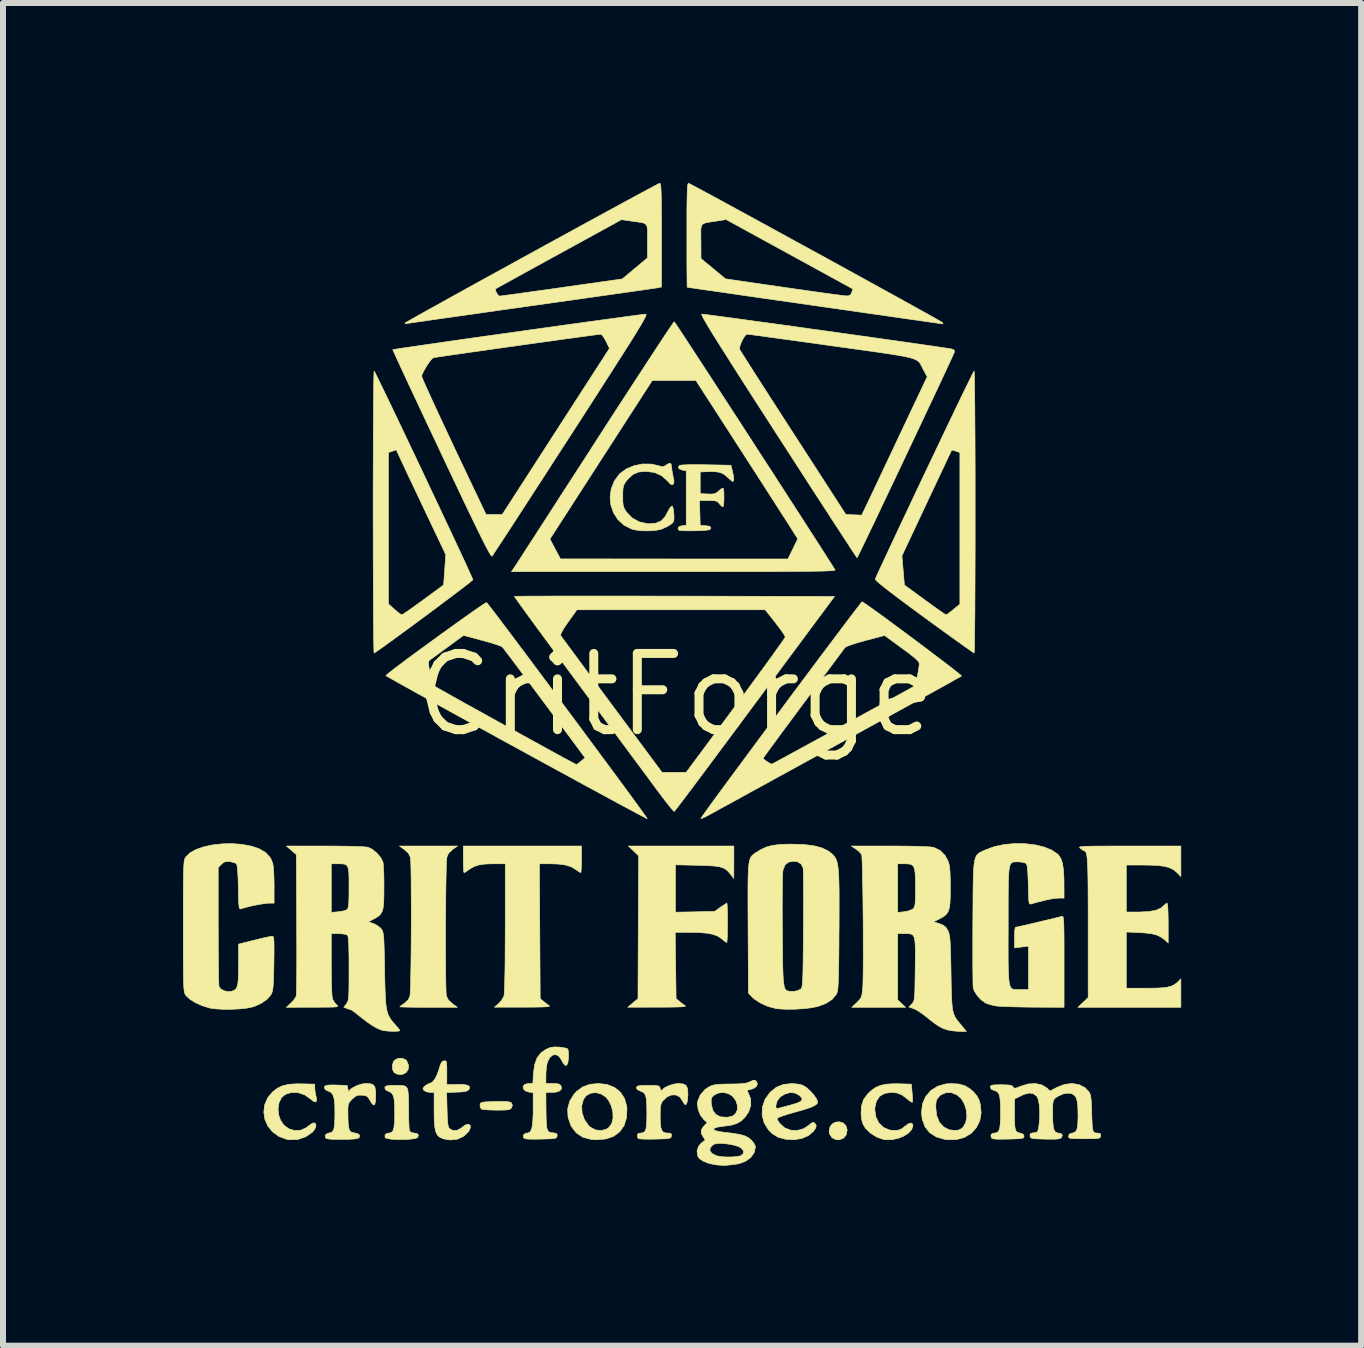
<source format=kicad_pcb>
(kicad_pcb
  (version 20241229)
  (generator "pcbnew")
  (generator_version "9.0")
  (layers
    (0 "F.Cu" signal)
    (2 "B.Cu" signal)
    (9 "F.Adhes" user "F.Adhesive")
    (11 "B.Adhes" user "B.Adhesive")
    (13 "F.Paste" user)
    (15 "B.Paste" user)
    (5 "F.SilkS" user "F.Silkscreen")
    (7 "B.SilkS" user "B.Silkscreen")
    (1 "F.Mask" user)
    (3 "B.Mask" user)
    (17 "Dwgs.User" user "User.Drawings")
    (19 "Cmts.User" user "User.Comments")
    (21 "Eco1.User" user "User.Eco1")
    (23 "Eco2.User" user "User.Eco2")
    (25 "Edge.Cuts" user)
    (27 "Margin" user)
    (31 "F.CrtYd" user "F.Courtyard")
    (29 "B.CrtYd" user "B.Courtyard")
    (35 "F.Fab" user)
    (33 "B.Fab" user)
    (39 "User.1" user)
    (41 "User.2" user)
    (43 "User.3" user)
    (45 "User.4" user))
  (footprint "CritForge"
    (layer "F.Cu")
    (at 8.207 8.531)
    (property "Reference" "CritForge" (at 0 0 0) (layer "F.SilkS") (effects (font (size 1.27 1.27) (thickness 0.15))))
    (attr through_hole)
    (fp_poly (pts (xy 2.796 7.135) (xy 2.84 7.178) (xy 2.861 7.246) (xy 2.862 7.255) (xy 2.846 7.334) (xy 2.8 7.389) (xy 2.731 7.415) (xy 2.678 7.413) (xy 2.609 7.38) (xy 2.569 7.318) (xy 2.561 7.268) (xy 2.577 7.196) (xy 2.618 7.147) (xy 2.675 7.12) (xy 2.737 7.116) (xy 2.796 7.135)) (stroke (width 0.01) (type solid)) (fill yes) (layer "F.SilkS"))
    (fp_poly (pts (xy -4.497 6.081) (xy -4.478 6.101) (xy -4.448 6.172) (xy -4.453 6.239) (xy -4.488 6.294) (xy -4.548 6.325) (xy -4.582 6.329) (xy -4.642 6.319) (xy -4.686 6.296) (xy -4.687 6.296) (xy -4.714 6.243) (xy -4.718 6.175) (xy -4.7 6.112) (xy -4.681 6.089) (xy -4.622 6.058) (xy -4.555 6.056) (xy -4.497 6.081)) (stroke (width 0.01) (type solid)) (fill yes) (layer "F.SilkS"))
    (fp_poly (pts (xy -2.816 6.778) (xy -2.767 6.785) (xy -2.74 6.796) (xy -2.732 6.803) (xy -2.717 6.841) (xy -2.73 6.878) (xy -2.744 6.897) (xy -2.766 6.91) (xy -2.804 6.917) (xy -2.867 6.92) (xy -2.963 6.921) (xy -2.98 6.921) (xy -3.076 6.919) (xy -3.157 6.915) (xy -3.215 6.909) (xy -3.235 6.903) (xy -3.254 6.87) (xy -3.256 6.834) (xy -3.252 6.813) (xy -3.24 6.798) (xy -3.214 6.789) (xy -3.166 6.784) (xy -3.089 6.78) (xy -3.004 6.778) (xy -2.892 6.776) (xy -2.816 6.778)) (stroke (width 0.01) (type solid)) (fill yes) (layer "F.SilkS"))
    (fp_poly (pts (xy -6.236 6.483) (xy -6.011 6.488) (xy -6.011 6.551) (xy -6.005 6.618) (xy -5.99 6.688) (xy -5.979 6.753) (xy -5.992 6.784) (xy -6.027 6.778) (xy -6.08 6.736) (xy -6.18 6.666) (xy -6.291 6.629) (xy -6.404 6.627) (xy -6.501 6.658) (xy -6.566 6.714) (xy -6.607 6.797) (xy -6.623 6.898) (xy -6.611 7.006) (xy -6.584 7.085) (xy -6.524 7.173) (xy -6.442 7.232) (xy -6.348 7.261) (xy -6.25 7.257) (xy -6.159 7.218) (xy -6.131 7.197) (xy -6.08 7.158) (xy -6.036 7.135) (xy -6.024 7.133) (xy -5.996 7.148) (xy -5.991 7.186) (xy -6.009 7.235) (xy -6.046 7.284) (xy -6.048 7.286) (xy -6.162 7.365) (xy -6.292 7.409) (xy -6.428 7.415) (xy -6.483 7.406) (xy -6.611 7.358) (xy -6.715 7.282) (xy -6.793 7.185) (xy -6.842 7.074) (xy -6.86 6.955) (xy -6.846 6.835) (xy -6.798 6.72) (xy -6.718 6.621) (xy -6.637 6.558) (xy -6.549 6.515) (xy -6.443 6.491) (xy -6.311 6.482) (xy -6.236 6.483)) (stroke (width 0.01) (type solid)) (fill yes) (layer "F.SilkS"))
    (fp_poly (pts (xy -1.138 6.494) (xy -1.013 6.544) (xy -0.915 6.624) (xy -0.847 6.73) (xy -0.811 6.861) (xy -0.808 6.893) (xy -0.815 7.047) (xy -0.855 7.177) (xy -0.927 7.28) (xy -1.028 7.356) (xy -1.156 7.401) (xy -1.309 7.415) (xy -1.414 7.407) (xy -1.545 7.371) (xy -1.65 7.302) (xy -1.73 7.199) (xy -1.744 7.173) (xy -1.79 7.037) (xy -1.796 6.901) (xy -1.782 6.849) (xy -1.562 6.849) (xy -1.556 6.965) (xy -1.518 7.077) (xy -1.45 7.175) (xy -1.42 7.203) (xy -1.336 7.249) (xy -1.244 7.262) (xy -1.157 7.241) (xy -1.11 7.211) (xy -1.062 7.145) (xy -1.04 7.055) (xy -1.043 6.954) (xy -1.068 6.851) (xy -1.115 6.757) (xy -1.161 6.702) (xy -1.241 6.65) (xy -1.328 6.629) (xy -1.413 6.639) (xy -1.486 6.679) (xy -1.533 6.741) (xy -1.562 6.849) (xy -1.782 6.849) (xy -1.762 6.772) (xy -1.69 6.655) (xy -1.648 6.61) (xy -1.545 6.534) (xy -1.427 6.491) (xy -1.286 6.477) (xy -1.285 6.477) (xy -1.138 6.494)) (stroke (width 0.01) (type solid)) (fill yes) (layer "F.SilkS"))
    (fp_poly (pts (xy -4.534 6.512) (xy -4.497 6.525) (xy -4.472 6.552) (xy -4.458 6.599) (xy -4.451 6.672) (xy -4.448 6.775) (xy -4.447 6.916) (xy -4.447 6.925) (xy -4.446 7.038) (xy -4.443 7.137) (xy -4.439 7.214) (xy -4.434 7.261) (xy -4.432 7.269) (xy -4.402 7.295) (xy -4.359 7.303) (xy -4.304 7.312) (xy -4.282 7.339) (xy -4.298 7.378) (xy -4.33 7.392) (xy -4.392 7.402) (xy -4.475 7.409) (xy -4.567 7.411) (xy -4.66 7.41) (xy -4.743 7.404) (xy -4.805 7.394) (xy -4.837 7.38) (xy -4.839 7.378) (xy -4.84 7.333) (xy -4.806 7.307) (xy -4.771 7.303) (xy -4.735 7.294) (xy -4.709 7.267) (xy -4.692 7.215) (xy -4.682 7.132) (xy -4.678 7.015) (xy -4.678 6.964) (xy -4.68 6.837) (xy -4.687 6.746) (xy -4.701 6.684) (xy -4.724 6.643) (xy -4.759 6.617) (xy -4.784 6.607) (xy -4.833 6.581) (xy -4.843 6.547) (xy -4.843 6.546) (xy -4.834 6.528) (xy -4.811 6.516) (xy -4.764 6.511) (xy -4.686 6.509) (xy -4.657 6.509) (xy -4.586 6.509) (xy -4.534 6.512)) (stroke (width 0.01) (type solid)) (fill yes) (layer "F.SilkS"))
    (fp_poly (pts (xy 4.724 6.486) (xy 4.828 6.516) (xy 4.918 6.572) (xy 4.964 6.613) (xy 5.026 6.685) (xy 5.063 6.758) (xy 5.081 6.824) (xy 5.095 6.969) (xy 5.072 7.1) (xy 5.015 7.214) (xy 4.93 7.307) (xy 4.819 7.374) (xy 4.687 7.411) (xy 4.539 7.415) (xy 4.485 7.408) (xy 4.346 7.367) (xy 4.237 7.296) (xy 4.159 7.197) (xy 4.113 7.071) (xy 4.101 6.956) (xy 4.111 6.878) (xy 4.339 6.878) (xy 4.354 7.012) (xy 4.398 7.121) (xy 4.468 7.2) (xy 4.561 7.248) (xy 4.652 7.26) (xy 4.724 7.252) (xy 4.775 7.224) (xy 4.793 7.207) (xy 4.839 7.128) (xy 4.857 7.03) (xy 4.849 6.924) (xy 4.818 6.821) (xy 4.765 6.731) (xy 4.693 6.667) (xy 4.598 6.629) (xy 4.506 6.63) (xy 4.423 6.667) (xy 4.401 6.687) (xy 4.366 6.727) (xy 4.347 6.768) (xy 4.34 6.826) (xy 4.339 6.878) (xy 4.111 6.878) (xy 4.118 6.816) (xy 4.171 6.695) (xy 4.255 6.596) (xy 4.366 6.525) (xy 4.5 6.485) (xy 4.593 6.478) (xy 4.724 6.486)) (stroke (width 0.01) (type solid)) (fill yes) (layer "F.SilkS"))
    (fp_poly (pts (xy -1.566 2.741) (xy -1.567 2.832) (xy -1.57 2.905) (xy -1.574 2.952) (xy -1.578 2.963) (xy -1.601 2.952) (xy -1.644 2.923) (xy -1.658 2.912) (xy -1.736 2.866) (xy -1.83 2.836) (xy -1.948 2.82) (xy -2.081 2.815) (xy -2.267 2.815) (xy -2.261 3.939) (xy -2.254 5.063) (xy -2.199 5.108) (xy -2.148 5.148) (xy -2.104 5.179) (xy -2.099 5.188) (xy -2.115 5.194) (xy -2.158 5.199) (xy -2.23 5.202) (xy -2.335 5.204) (xy -2.478 5.205) (xy -2.54 5.205) (xy -3.016 5.205) (xy -2.947 5.146) (xy -2.897 5.09) (xy -2.861 5.027) (xy -2.857 5.015) (xy -2.852 4.978) (xy -2.848 4.902) (xy -2.845 4.79) (xy -2.842 4.646) (xy -2.839 4.474) (xy -2.838 4.275) (xy -2.837 4.055) (xy -2.836 3.879) (xy -2.836 2.815) (xy -3.034 2.815) (xy -3.168 2.819) (xy -3.27 2.833) (xy -3.352 2.859) (xy -3.425 2.9) (xy -3.443 2.913) (xy -3.489 2.945) (xy -3.519 2.962) (xy -3.523 2.963) (xy -3.528 2.944) (xy -3.532 2.89) (xy -3.534 2.812) (xy -3.535 2.741) (xy -3.535 2.519) (xy -1.566 2.519) (xy -1.566 2.741)) (stroke (width 0.01) (type solid)) (fill yes) (layer "F.SilkS"))
    (fp_poly (pts (xy 0.973 3.059) (xy 0.919 2.989) (xy 0.878 2.942) (xy 0.837 2.906) (xy 0.788 2.881) (xy 0.725 2.863) (xy 0.64 2.852) (xy 0.528 2.845) (xy 0.38 2.84) (xy 0.365 2.84) (xy 0 2.832) (xy 0 3.622) (xy 0.326 3.616) (xy 0.653 3.609) (xy 0.75 3.54) (xy 0.805 3.503) (xy 0.845 3.478) (xy 0.858 3.471) (xy 0.861 3.491) (xy 0.864 3.546) (xy 0.866 3.629) (xy 0.868 3.733) (xy 0.868 3.799) (xy 0.867 3.912) (xy 0.865 4.008) (xy 0.862 4.08) (xy 0.857 4.121) (xy 0.855 4.128) (xy 0.832 4.115) (xy 0.791 4.083) (xy 0.772 4.066) (xy 0.709 4.023) (xy 0.629 3.992) (xy 0.526 3.972) (xy 0.392 3.961) (xy 0.241 3.958) (xy -0.004 3.958) (xy 0.011 5.063) (xy 0.066 5.108) (xy 0.117 5.149) (xy 0.161 5.179) (xy 0.166 5.188) (xy 0.149 5.194) (xy 0.107 5.199) (xy 0.035 5.202) (xy -0.07 5.204) (xy -0.211 5.205) (xy -0.296 5.205) (xy -0.794 5.206) (xy -0.624 5.063) (xy -0.619 3.873) (xy -0.613 2.683) (xy -0.785 2.519) (xy 0.974 2.519) (xy 0.973 3.059)) (stroke (width 0.01) (type solid)) (fill yes) (layer "F.SilkS"))
    (fp_poly (pts (xy 3.728 6.482) (xy 3.932 6.488) (xy 3.945 6.634) (xy 3.951 6.708) (xy 3.952 6.764) (xy 3.949 6.79) (xy 3.949 6.79) (xy 3.928 6.783) (xy 3.888 6.755) (xy 3.861 6.732) (xy 3.777 6.669) (xy 3.697 6.636) (xy 3.603 6.625) (xy 3.596 6.625) (xy 3.486 6.642) (xy 3.403 6.691) (xy 3.349 6.771) (xy 3.324 6.879) (xy 3.323 6.915) (xy 3.341 7.036) (xy 3.391 7.136) (xy 3.468 7.209) (xy 3.567 7.252) (xy 3.643 7.26) (xy 3.718 7.254) (xy 3.775 7.23) (xy 3.817 7.197) (xy 3.882 7.149) (xy 3.929 7.135) (xy 3.954 7.155) (xy 3.958 7.182) (xy 3.938 7.244) (xy 3.885 7.302) (xy 3.806 7.353) (xy 3.712 7.391) (xy 3.609 7.413) (xy 3.507 7.415) (xy 3.471 7.41) (xy 3.358 7.371) (xy 3.251 7.305) (xy 3.167 7.222) (xy 3.16 7.211) (xy 3.124 7.149) (xy 3.104 7.081) (xy 3.094 6.989) (xy 3.094 6.986) (xy 3.1 6.854) (xy 3.136 6.745) (xy 3.208 6.647) (xy 3.26 6.598) (xy 3.335 6.544) (xy 3.417 6.509) (xy 3.517 6.488) (xy 3.644 6.481) (xy 3.728 6.482)) (stroke (width 0.01) (type solid)) (fill yes) (layer "F.SilkS"))
    (fp_poly (pts (xy -3.709 2.572) (xy -3.78 2.64) (xy -3.809 2.704) (xy -3.813 2.74) (xy -3.817 2.813) (xy -3.82 2.919) (xy -3.823 3.052) (xy -3.826 3.207) (xy -3.828 3.38) (xy -3.829 3.566) (xy -3.831 3.759) (xy -3.831 3.954) (xy -3.832 4.148) (xy -3.831 4.334) (xy -3.83 4.507) (xy -3.829 4.664) (xy -3.827 4.798) (xy -3.824 4.905) (xy -3.821 4.98) (xy -3.818 5.016) (xy -3.785 5.084) (xy -3.719 5.146) (xy -3.634 5.207) (xy -4.114 5.207) (xy -4.251 5.207) (xy -4.373 5.206) (xy -4.474 5.204) (xy -4.547 5.202) (xy -4.587 5.2) (xy -4.593 5.198) (xy -4.577 5.183) (xy -4.536 5.154) (xy -4.52 5.144) (xy -4.453 5.082) (xy -4.425 5.02) (xy -4.421 4.985) (xy -4.417 4.912) (xy -4.413 4.807) (xy -4.411 4.674) (xy -4.408 4.519) (xy -4.406 4.346) (xy -4.404 4.16) (xy -4.403 3.967) (xy -4.402 3.772) (xy -4.402 3.579) (xy -4.403 3.393) (xy -4.404 3.219) (xy -4.405 3.063) (xy -4.407 2.928) (xy -4.41 2.821) (xy -4.413 2.746) (xy -4.416 2.71) (xy -4.449 2.641) (xy -4.515 2.58) (xy -4.6 2.519) (xy -3.631 2.519) (xy -3.709 2.572)) (stroke (width 0.01) (type solid)) (fill yes) (layer "F.SilkS"))
    (fp_poly (pts (xy -3.822 6.107) (xy -3.814 6.134) (xy -3.811 6.186) (xy -3.81 6.271) (xy -3.81 6.295) (xy -3.81 6.496) (xy -3.642 6.492) (xy -3.534 6.494) (xy -3.465 6.506) (xy -3.432 6.529) (xy -3.435 6.565) (xy -3.442 6.578) (xy -3.464 6.597) (xy -3.504 6.61) (xy -3.572 6.618) (xy -3.639 6.621) (xy -3.813 6.627) (xy -3.806 6.911) (xy -3.802 7.032) (xy -3.797 7.117) (xy -3.789 7.175) (xy -3.778 7.211) (xy -3.764 7.23) (xy -3.706 7.262) (xy -3.637 7.257) (xy -3.568 7.219) (xy -3.559 7.21) (xy -3.499 7.167) (xy -3.451 7.156) (xy -3.421 7.174) (xy -3.418 7.215) (xy -3.446 7.276) (xy -3.45 7.281) (xy -3.528 7.356) (xy -3.63 7.404) (xy -3.745 7.418) (xy -3.789 7.414) (xy -3.867 7.399) (xy -3.926 7.374) (xy -3.968 7.336) (xy -3.995 7.278) (xy -4.012 7.194) (xy -4.02 7.079) (xy -4.022 6.933) (xy -4.022 6.625) (xy -4.093 6.625) (xy -4.152 6.615) (xy -4.193 6.591) (xy -4.193 6.591) (xy -4.208 6.563) (xy -4.194 6.536) (xy -4.172 6.517) (xy -4.129 6.488) (xy -4.097 6.477) (xy -4.054 6.457) (xy -4.01 6.404) (xy -3.969 6.324) (xy -3.941 6.242) (xy -3.918 6.166) (xy -3.897 6.123) (xy -3.872 6.103) (xy -3.857 6.1) (xy -3.835 6.099) (xy -3.822 6.107)) (stroke (width 0.01) (type solid)) (fill yes) (layer "F.SilkS"))
    (fp_poly (pts (xy 0.509 -3.835) (xy 0.924 -3.827) (xy 0.949 -3.734) (xy 0.968 -3.645) (xy 0.972 -3.584) (xy 0.961 -3.557) (xy 0.956 -3.556) (xy 0.932 -3.57) (xy 0.893 -3.605) (xy 0.88 -3.618) (xy 0.814 -3.674) (xy 0.743 -3.708) (xy 0.653 -3.721) (xy 0.559 -3.721) (xy 0.413 -3.715) (xy 0.413 -3.355) (xy 0.537 -3.348) (xy 0.611 -3.347) (xy 0.659 -3.355) (xy 0.697 -3.377) (xy 0.722 -3.4) (xy 0.763 -3.433) (xy 0.792 -3.446) (xy 0.796 -3.444) (xy 0.804 -3.416) (xy 0.808 -3.361) (xy 0.809 -3.291) (xy 0.807 -3.221) (xy 0.802 -3.164) (xy 0.794 -3.137) (xy 0.794 -3.137) (xy 0.774 -3.142) (xy 0.742 -3.174) (xy 0.737 -3.18) (xy 0.711 -3.211) (xy 0.682 -3.229) (xy 0.636 -3.237) (xy 0.563 -3.238) (xy 0.548 -3.239) (xy 0.401 -3.239) (xy 0.413 -2.826) (xy 0.504 -2.819) (xy 0.562 -2.811) (xy 0.587 -2.797) (xy 0.588 -2.777) (xy 0.58 -2.761) (xy 0.558 -2.751) (xy 0.515 -2.744) (xy 0.445 -2.739) (xy 0.339 -2.735) (xy 0.327 -2.735) (xy 0.227 -2.734) (xy 0.143 -2.735) (xy 0.083 -2.739) (xy 0.057 -2.744) (xy 0.057 -2.744) (xy 0.042 -2.779) (xy 0.064 -2.806) (xy 0.111 -2.819) (xy 0.18 -2.826) (xy 0.18 -3.736) (xy 0.118 -3.746) (xy 0.066 -3.765) (xy 0.047 -3.792) (xy 0.067 -3.823) (xy 0.068 -3.823) (xy 0.098 -3.83) (xy 0.164 -3.834) (xy 0.26 -3.837) (xy 0.38 -3.837) (xy 0.509 -3.835)) (stroke (width 0.01) (type solid)) (fill yes) (layer "F.SilkS"))
    (fp_poly (pts (xy 8.424 3.028) (xy 8.352 2.955) (xy 8.3 2.913) (xy 8.237 2.881) (xy 8.158 2.859) (xy 8.055 2.845) (xy 7.921 2.838) (xy 7.788 2.836) (xy 7.514 2.836) (xy 7.514 3.619) (xy 7.731 3.619) (xy 7.886 3.612) (xy 8.006 3.59) (xy 8.093 3.553) (xy 8.146 3.506) (xy 8.178 3.478) (xy 8.194 3.471) (xy 8.2 3.491) (xy 8.206 3.546) (xy 8.21 3.63) (xy 8.212 3.734) (xy 8.213 3.803) (xy 8.213 4.135) (xy 8.165 4.091) (xy 8.1 4.041) (xy 8.029 4.005) (xy 7.942 3.982) (xy 7.828 3.968) (xy 7.743 3.963) (xy 7.514 3.952) (xy 7.514 4.889) (xy 7.837 4.889) (xy 7.989 4.888) (xy 8.105 4.883) (xy 8.192 4.873) (xy 8.258 4.857) (xy 8.309 4.834) (xy 8.353 4.802) (xy 8.365 4.791) (xy 8.424 4.733) (xy 8.424 5.207) (xy 6.708 5.207) (xy 6.879 5.044) (xy 6.879 3.878) (xy 6.879 3.611) (xy 6.878 3.384) (xy 6.877 3.194) (xy 6.875 3.036) (xy 6.872 2.908) (xy 6.868 2.808) (xy 6.863 2.732) (xy 6.856 2.676) (xy 6.848 2.639) (xy 6.838 2.616) (xy 6.827 2.605) (xy 6.818 2.603) (xy 6.794 2.591) (xy 6.754 2.562) (xy 6.752 2.561) (xy 6.74 2.551) (xy 6.734 2.543) (xy 6.738 2.536) (xy 6.755 2.531) (xy 6.789 2.527) (xy 6.844 2.524) (xy 6.924 2.522) (xy 7.031 2.52) (xy 7.17 2.52) (xy 7.344 2.519) (xy 7.556 2.519) (xy 7.562 2.519) (xy 8.424 2.519) (xy 8.424 3.028)) (stroke (width 0.01) (type solid)) (fill yes) (layer "F.SilkS"))
    (fp_poly (pts (xy -5.087 6.481) (xy -5.037 6.498) (xy -5.009 6.536) (xy -4.997 6.602) (xy -4.995 6.679) (xy -4.999 6.772) (xy -5.011 6.824) (xy -5.031 6.836) (xy -5.061 6.807) (xy -5.091 6.757) (xy -5.123 6.706) (xy -5.16 6.681) (xy -5.22 6.672) (xy -5.224 6.672) (xy -5.284 6.672) (xy -5.329 6.688) (xy -5.377 6.728) (xy -5.388 6.738) (xy -5.424 6.776) (xy -5.445 6.808) (xy -5.456 6.847) (xy -5.459 6.906) (xy -5.458 6.988) (xy -5.456 7.108) (xy -5.449 7.191) (xy -5.437 7.246) (xy -5.417 7.278) (xy -5.387 7.294) (xy -5.355 7.299) (xy -5.292 7.314) (xy -5.262 7.341) (xy -5.271 7.378) (xy -5.274 7.381) (xy -5.3 7.394) (xy -5.356 7.402) (xy -5.446 7.407) (xy -5.56 7.408) (xy -5.672 7.408) (xy -5.749 7.405) (xy -5.797 7.399) (xy -5.824 7.389) (xy -5.835 7.375) (xy -5.834 7.333) (xy -5.794 7.307) (xy -5.758 7.299) (xy -5.727 7.289) (xy -5.704 7.264) (xy -5.689 7.22) (xy -5.68 7.148) (xy -5.676 7.044) (xy -5.675 6.972) (xy -5.677 6.834) (xy -5.688 6.733) (xy -5.709 6.665) (xy -5.74 6.626) (xy -5.769 6.612) (xy -5.825 6.587) (xy -5.85 6.552) (xy -5.844 6.523) (xy -5.819 6.509) (xy -5.761 6.502) (xy -5.667 6.502) (xy -5.65 6.503) (xy -5.472 6.509) (xy -5.458 6.572) (xy -5.449 6.608) (xy -5.443 6.612) (xy -5.442 6.61) (xy -5.421 6.578) (xy -5.37 6.543) (xy -5.303 6.51) (xy -5.231 6.486) (xy -5.167 6.477) (xy -5.087 6.481)) (stroke (width 0.01) (type solid)) (fill yes) (layer "F.SilkS"))
    (fp_poly (pts (xy 1.977 6.481) (xy 2.063 6.49) (xy 2.123 6.507) (xy 2.177 6.54) (xy 2.195 6.554) (xy 2.259 6.613) (xy 2.315 6.679) (xy 2.355 6.74) (xy 2.371 6.786) (xy 2.371 6.787) (xy 2.36 6.814) (xy 2.327 6.841) (xy 2.266 6.87) (xy 2.174 6.902) (xy 2.046 6.94) (xy 1.983 6.957) (xy 1.876 6.988) (xy 1.788 7.016) (xy 1.726 7.04) (xy 1.695 7.057) (xy 1.693 7.06) (xy 1.706 7.093) (xy 1.735 7.138) (xy 1.738 7.141) (xy 1.82 7.216) (xy 1.92 7.255) (xy 2.027 7.261) (xy 2.135 7.231) (xy 2.233 7.167) (xy 2.253 7.148) (xy 2.288 7.124) (xy 2.318 7.134) (xy 2.32 7.135) (xy 2.346 7.172) (xy 2.339 7.217) (xy 2.305 7.268) (xy 2.221 7.343) (xy 2.109 7.392) (xy 1.977 7.414) (xy 1.839 7.407) (xy 1.713 7.373) (xy 1.612 7.312) (xy 1.55 7.249) (xy 1.478 7.131) (xy 1.445 7.003) (xy 1.45 6.873) (xy 1.454 6.858) (xy 1.672 6.858) (xy 1.682 6.891) (xy 1.709 6.893) (xy 1.746 6.882) (xy 1.812 6.865) (xy 1.894 6.843) (xy 1.923 6.835) (xy 2.024 6.805) (xy 2.086 6.777) (xy 2.111 6.747) (xy 2.102 6.713) (xy 2.066 6.675) (xy 1.991 6.635) (xy 1.907 6.629) (xy 1.824 6.652) (xy 1.75 6.698) (xy 1.696 6.765) (xy 1.673 6.846) (xy 1.672 6.858) (xy 1.454 6.858) (xy 1.492 6.746) (xy 1.571 6.632) (xy 1.582 6.62) (xy 1.684 6.539) (xy 1.8 6.492) (xy 1.936 6.479) (xy 1.977 6.481)) (stroke (width 0.01) (type solid)) (fill yes) (layer "F.SilkS"))
    (fp_poly (pts (xy -0.074 -3.851) (xy -0.064 -3.804) (xy -0.064 -3.8) (xy -0.059 -3.75) (xy -0.047 -3.68) (xy -0.039 -3.642) (xy -0.025 -3.571) (xy -0.027 -3.529) (xy -0.039 -3.509) (xy -0.061 -3.501) (xy -0.091 -3.521) (xy -0.131 -3.565) (xy -0.229 -3.653) (xy -0.348 -3.706) (xy -0.491 -3.725) (xy -0.497 -3.725) (xy -0.613 -3.714) (xy -0.705 -3.675) (xy -0.786 -3.603) (xy -0.818 -3.565) (xy -0.848 -3.521) (xy -0.866 -3.48) (xy -0.875 -3.428) (xy -0.878 -3.352) (xy -0.878 -3.311) (xy -0.877 -3.221) (xy -0.871 -3.16) (xy -0.856 -3.113) (xy -0.83 -3.068) (xy -0.815 -3.046) (xy -0.722 -2.949) (xy -0.605 -2.884) (xy -0.472 -2.854) (xy -0.442 -2.852) (xy -0.327 -2.861) (xy -0.241 -2.897) (xy -0.175 -2.965) (xy -0.134 -3.04) (xy -0.102 -3.1) (xy -0.073 -3.139) (xy -0.056 -3.148) (xy -0.042 -3.124) (xy -0.031 -3.068) (xy -0.026 -3.011) (xy -0.024 -2.939) (xy -0.029 -2.895) (xy -0.048 -2.866) (xy -0.082 -2.838) (xy -0.145 -2.801) (xy -0.219 -2.768) (xy -0.234 -2.762) (xy -0.322 -2.742) (xy -0.433 -2.734) (xy -0.552 -2.735) (xy -0.662 -2.747) (xy -0.733 -2.765) (xy -0.86 -2.83) (xy -0.96 -2.923) (xy -1.033 -3.037) (xy -1.076 -3.165) (xy -1.089 -3.3) (xy -1.07 -3.435) (xy -1.018 -3.565) (xy -0.931 -3.682) (xy -0.925 -3.688) (xy -0.82 -3.765) (xy -0.691 -3.819) (xy -0.549 -3.848) (xy -0.407 -3.847) (xy -0.287 -3.821) (xy -0.232 -3.804) (xy -0.195 -3.805) (xy -0.159 -3.827) (xy -0.153 -3.832) (xy -0.103 -3.86) (xy -0.074 -3.851)) (stroke (width 0.01) (type solid)) (fill yes) (layer "F.SilkS"))
    (fp_poly (pts (xy 0.127 6.484) (xy 0.176 6.508) (xy 0.201 6.557) (xy 0.208 6.637) (xy 0.207 6.684) (xy 0.199 6.772) (xy 0.183 6.82) (xy 0.161 6.83) (xy 0.134 6.798) (xy 0.12 6.767) (xy 0.073 6.701) (xy 0.008 6.668) (xy -0.066 6.668) (xy -0.142 6.701) (xy -0.208 6.763) (xy -0.231 6.798) (xy -0.245 6.84) (xy -0.252 6.899) (xy -0.254 6.988) (xy -0.254 7.008) (xy -0.252 7.127) (xy -0.243 7.21) (xy -0.225 7.262) (xy -0.197 7.291) (xy -0.155 7.302) (xy -0.137 7.303) (xy -0.086 7.306) (xy -0.067 7.321) (xy -0.067 7.35) (xy -0.072 7.37) (xy -0.084 7.383) (xy -0.111 7.392) (xy -0.159 7.398) (xy -0.235 7.401) (xy -0.34 7.404) (xy -0.442 7.405) (xy -0.528 7.404) (xy -0.59 7.4) (xy -0.62 7.395) (xy -0.62 7.395) (xy -0.633 7.363) (xy -0.635 7.341) (xy -0.623 7.312) (xy -0.581 7.303) (xy -0.572 7.303) (xy -0.536 7.297) (xy -0.51 7.278) (xy -0.492 7.239) (xy -0.482 7.174) (xy -0.477 7.078) (xy -0.476 6.964) (xy -0.478 6.838) (xy -0.483 6.748) (xy -0.495 6.686) (xy -0.514 6.645) (xy -0.544 6.62) (xy -0.583 6.604) (xy -0.637 6.577) (xy -0.652 6.546) (xy -0.652 6.544) (xy -0.642 6.527) (xy -0.616 6.516) (xy -0.566 6.511) (xy -0.484 6.509) (xy -0.456 6.509) (xy -0.366 6.509) (xy -0.309 6.512) (xy -0.278 6.521) (xy -0.262 6.536) (xy -0.254 6.56) (xy -0.254 6.561) (xy -0.241 6.595) (xy -0.225 6.588) (xy -0.184 6.55) (xy -0.115 6.515) (xy -0.035 6.489) (xy 0.043 6.477) (xy 0.051 6.477) (xy 0.127 6.484)) (stroke (width 0.01) (type solid)) (fill yes) (layer "F.SilkS"))
    (fp_poly (pts (xy -1.941 5.87) (xy -1.94 5.87) (xy -1.869 5.879) (xy -1.816 5.891) (xy -1.796 5.901) (xy -1.786 5.931) (xy -1.781 5.99) (xy -1.782 6.045) (xy -1.792 6.128) (xy -1.812 6.172) (xy -1.838 6.175) (xy -1.871 6.138) (xy -1.892 6.097) (xy -1.937 6.027) (xy -1.991 5.996) (xy -2.046 6.003) (xy -2.096 6.046) (xy -2.134 6.125) (xy -2.138 6.136) (xy -2.149 6.2) (xy -2.157 6.284) (xy -2.159 6.345) (xy -2.159 6.477) (xy -2.043 6.477) (xy -1.971 6.48) (xy -1.93 6.492) (xy -1.907 6.516) (xy -1.906 6.518) (xy -1.898 6.565) (xy -1.928 6.6) (xy -1.992 6.621) (xy -2.055 6.625) (xy -2.159 6.625) (xy -2.157 6.906) (xy -2.155 7.042) (xy -2.151 7.142) (xy -2.144 7.211) (xy -2.131 7.256) (xy -2.111 7.281) (xy -2.082 7.294) (xy -2.046 7.299) (xy -1.994 7.306) (xy -1.973 7.323) (xy -1.972 7.351) (xy -1.977 7.371) (xy -1.99 7.384) (xy -2.017 7.392) (xy -2.066 7.398) (xy -2.144 7.401) (xy -2.249 7.404) (xy -2.364 7.405) (xy -2.443 7.404) (xy -2.493 7.4) (xy -2.52 7.391) (xy -2.532 7.378) (xy -2.533 7.333) (xy -2.499 7.307) (xy -2.466 7.303) (xy -2.431 7.292) (xy -2.406 7.258) (xy -2.388 7.196) (xy -2.377 7.102) (xy -2.371 6.972) (xy -2.371 6.886) (xy -2.371 6.628) (xy -2.437 6.621) (xy -2.499 6.602) (xy -2.533 6.568) (xy -2.539 6.529) (xy -2.516 6.495) (xy -2.463 6.478) (xy -2.448 6.477) (xy -2.376 6.477) (xy -2.367 6.312) (xy -2.347 6.165) (xy -2.307 6.053) (xy -2.243 5.968) (xy -2.159 5.909) (xy -2.09 5.879) (xy -2.025 5.868) (xy -1.941 5.87)) (stroke (width 0.01) (type solid)) (fill yes) (layer "F.SilkS"))
    (fp_poly (pts (xy -0.978 -1.647) (xy -0.672 -1.647) (xy -0.352 -1.646) (xy -0.02 -1.646) (xy -0.012 -1.646) (xy 2.651 -1.64) (xy 1.324 0.148) (xy 1.143 0.392) (xy 0.969 0.626) (xy 0.804 0.848) (xy 0.649 1.056) (xy 0.506 1.248) (xy 0.377 1.421) (xy 0.263 1.573) (xy 0.166 1.702) (xy 0.087 1.806) (xy 0.029 1.882) (xy -0.007 1.928) (xy -0.019 1.943) (xy -0.037 1.929) (xy -0.075 1.885) (xy -0.129 1.818) (xy -0.196 1.732) (xy -0.268 1.636) (xy -0.317 1.571) (xy -0.388 1.475) (xy -0.479 1.351) (xy -0.589 1.203) (xy -0.715 1.033) (xy -0.854 0.845) (xy -1.004 0.643) (xy -1.163 0.429) (xy -1.328 0.206) (xy -1.498 -0.022) (xy -1.596 -0.155) (xy -1.76 -0.376) (xy -1.916 -0.587) (xy -2.063 -0.786) (xy -2.198 -0.97) (xy -2.218 -0.998) (xy -1.914 -0.998) (xy -1.912 -0.988) (xy -1.896 -0.966) (xy -1.858 -0.914) (xy -1.799 -0.833) (xy -1.72 -0.727) (xy -1.625 -0.598) (xy -1.516 -0.45) (xy -1.394 -0.285) (xy -1.262 -0.107) (xy -1.121 0.082) (xy -1.059 0.166) (xy -0.224 1.291) (xy -0.022 1.291) (xy 0.18 1.291) (xy 1.005 0.177) (xy 1.147 -0.015) (xy 1.282 -0.198) (xy 1.406 -0.368) (xy 1.519 -0.522) (xy 1.617 -0.658) (xy 1.699 -0.773) (xy 1.764 -0.864) (xy 1.808 -0.928) (xy 1.829 -0.962) (xy 1.831 -0.966) (xy 1.818 -0.993) (xy 1.784 -1.045) (xy 1.733 -1.116) (xy 1.671 -1.197) (xy 1.664 -1.207) (xy 1.496 -1.418) (xy -1.642 -1.418) (xy -1.785 -1.218) (xy -1.856 -1.114) (xy -1.899 -1.041) (xy -1.914 -0.998) (xy -2.218 -0.998) (xy -2.321 -1.137) (xy -2.429 -1.285) (xy -2.52 -1.41) (xy -2.593 -1.511) (xy -2.645 -1.585) (xy -2.676 -1.629) (xy -2.683 -1.642) (xy -2.661 -1.643) (xy -2.599 -1.644) (xy -2.501 -1.645) (xy -2.367 -1.646) (xy -2.201 -1.646) (xy -2.005 -1.647) (xy -1.783 -1.647) (xy -1.536 -1.647) (xy -1.267 -1.647) (xy -0.978 -1.647)) (stroke (width 0.01) (type solid)) (fill yes) (layer "F.SilkS"))
    (fp_poly (pts (xy -0.007 -6.201) (xy 0.028 -6.15) (xy 0.081 -6.069) (xy 0.153 -5.96) (xy 0.24 -5.827) (xy 0.342 -5.671) (xy 0.456 -5.496) (xy 0.581 -5.305) (xy 0.714 -5.099) (xy 0.855 -4.882) (xy 1.001 -4.657) (xy 1.151 -4.426) (xy 1.303 -4.191) (xy 1.455 -3.956) (xy 1.606 -3.724) (xy 1.753 -3.496) (xy 1.895 -3.276) (xy 2.031 -3.066) (xy 2.158 -2.869) (xy 2.274 -2.688) (xy 2.379 -2.525) (xy 2.47 -2.383) (xy 2.545 -2.265) (xy 2.603 -2.174) (xy 2.642 -2.112) (xy 2.66 -2.082) (xy 2.661 -2.08) (xy 2.655 -2.076) (xy 2.633 -2.072) (xy 2.592 -2.069) (xy 2.531 -2.066) (xy 2.448 -2.063) (xy 2.342 -2.061) (xy 2.209 -2.059) (xy 2.05 -2.058) (xy 1.86 -2.056) (xy 1.64 -2.055) (xy 1.387 -2.055) (xy 1.099 -2.054) (xy 0.774 -2.054) (xy 0.411 -2.053) (xy 0.008 -2.053) (xy -0.031 -2.053) (xy -2.733 -2.053) (xy -2.693 -2.111) (xy -2.676 -2.137) (xy -2.638 -2.195) (xy -2.58 -2.284) (xy -2.504 -2.402) (xy -2.411 -2.547) (xy -2.378 -2.597) (xy -2.092 -2.597) (xy -2.004 -2.431) (xy -1.916 -2.266) (xy -0.02 -2.265) (xy 1.875 -2.265) (xy 1.957 -2.432) (xy 2.039 -2.6) (xy 1.941 -2.755) (xy 1.913 -2.8) (xy 1.864 -2.877) (xy 1.796 -2.982) (xy 1.712 -3.113) (xy 1.614 -3.265) (xy 1.505 -3.436) (xy 1.386 -3.621) (xy 1.259 -3.817) (xy 1.128 -4.021) (xy 1.093 -4.075) (xy 0.342 -5.239) (xy -0.387 -5.239) (xy -2.092 -2.597) (xy -2.378 -2.597) (xy -2.302 -2.715) (xy -2.179 -2.905) (xy -2.044 -3.114) (xy -1.898 -3.341) (xy -1.742 -3.582) (xy -1.578 -3.835) (xy -1.408 -4.099) (xy -1.345 -4.197) (xy -1.174 -4.463) (xy -1.009 -4.718) (xy -0.851 -4.96) (xy -0.703 -5.188) (xy -0.565 -5.399) (xy -0.44 -5.591) (xy -0.328 -5.762) (xy -0.231 -5.909) (xy -0.151 -6.03) (xy -0.088 -6.123) (xy -0.045 -6.186) (xy -0.023 -6.216) (xy -0.02 -6.219) (xy -0.007 -6.201)) (stroke (width 0.01) (type solid)) (fill yes) (layer "F.SilkS"))
    (fp_poly (pts (xy -5.011 -5.379) (xy -4.984 -5.325) (xy -4.941 -5.239) (xy -4.886 -5.125) (xy -4.819 -4.986) (xy -4.741 -4.825) (xy -4.655 -4.645) (xy -4.562 -4.45) (xy -4.464 -4.243) (xy -4.361 -4.028) (xy -4.256 -3.806) (xy -4.151 -3.583) (xy -4.046 -3.36) (xy -3.943 -3.142) (xy -3.844 -2.932) (xy -3.75 -2.733) (xy -3.664 -2.548) (xy -3.585 -2.38) (xy -3.517 -2.233) (xy -3.461 -2.111) (xy -3.418 -2.016) (xy -3.389 -1.951) (xy -3.376 -1.921) (xy -3.376 -1.919) (xy -3.393 -1.903) (xy -3.439 -1.865) (xy -3.512 -1.809) (xy -3.607 -1.736) (xy -3.72 -1.65) (xy -3.847 -1.555) (xy -3.984 -1.452) (xy -4.127 -1.346) (xy -4.273 -1.238) (xy -4.416 -1.132) (xy -4.553 -1.032) (xy -4.68 -0.939) (xy -4.793 -0.857) (xy -4.887 -0.789) (xy -4.96 -0.738) (xy -5.006 -0.707) (xy -5.022 -0.699) (xy -5.024 -0.72) (xy -5.026 -0.78) (xy -5.028 -0.877) (xy -5.03 -1.009) (xy -5.031 -1.172) (xy -5.033 -1.364) (xy -5.034 -1.582) (xy -5.035 -1.824) (xy -5.036 -2.086) (xy -5.037 -2.367) (xy -5.037 -2.663) (xy -5.038 -2.972) (xy -5.038 -3.048) (xy -5.038 -3.36) (xy -5.037 -3.659) (xy -5.036 -3.944) (xy -5.036 -4.039) (xy -4.784 -4.039) (xy -4.784 -1.516) (xy -4.683 -1.426) (xy -4.628 -1.379) (xy -4.583 -1.346) (xy -4.561 -1.335) (xy -4.539 -1.346) (xy -4.487 -1.38) (xy -4.413 -1.431) (xy -4.322 -1.496) (xy -4.218 -1.571) (xy -4.202 -1.583) (xy -3.863 -1.832) (xy -3.845 -2.086) (xy -3.828 -2.339) (xy -4.16 -3.037) (xy -4.24 -3.206) (xy -4.317 -3.37) (xy -4.39 -3.523) (xy -4.455 -3.66) (xy -4.509 -3.775) (xy -4.55 -3.863) (xy -4.572 -3.91) (xy -4.653 -4.084) (xy -4.719 -4.061) (xy -4.784 -4.039) (xy -5.036 -4.039) (xy -5.036 -4.211) (xy -5.034 -4.458) (xy -5.033 -4.682) (xy -5.032 -4.88) (xy -5.03 -5.051) (xy -5.028 -5.19) (xy -5.026 -5.296) (xy -5.024 -5.365) (xy -5.022 -5.396) (xy -5.022 -5.397) (xy -5.011 -5.379)) (stroke (width 0.01) (type solid)) (fill yes) (layer "F.SilkS"))
    (fp_poly (pts (xy 4.98 -5.377) (xy 4.982 -5.316) (xy 4.985 -5.219) (xy 4.986 -5.088) (xy 4.988 -4.924) (xy 4.99 -4.732) (xy 4.991 -4.514) (xy 4.993 -4.272) (xy 4.994 -4.01) (xy 4.995 -3.729) (xy 4.995 -3.433) (xy 4.995 -3.124) (xy 4.995 -3.048) (xy 4.995 -2.736) (xy 4.995 -2.437) (xy 4.994 -2.152) (xy 4.993 -1.885) (xy 4.992 -1.638) (xy 4.991 -1.414) (xy 4.989 -1.215) (xy 4.987 -1.045) (xy 4.985 -0.906) (xy 4.983 -0.8) (xy 4.981 -0.73) (xy 4.979 -0.7) (xy 4.978 -0.699) (xy 4.958 -0.711) (xy 4.908 -0.745) (xy 4.829 -0.8) (xy 4.727 -0.873) (xy 4.605 -0.961) (xy 4.465 -1.062) (xy 4.311 -1.173) (xy 4.147 -1.293) (xy 4.143 -1.296) (xy 3.928 -1.454) (xy 3.746 -1.589) (xy 3.596 -1.703) (xy 3.479 -1.793) (xy 3.396 -1.861) (xy 3.346 -1.906) (xy 3.331 -1.926) (xy 3.341 -1.953) (xy 3.368 -2.014) (xy 3.41 -2.106) (xy 3.466 -2.225) (xy 3.509 -2.318) (xy 3.775 -2.318) (xy 3.816 -1.831) (xy 4.156 -1.582) (xy 4.26 -1.506) (xy 4.353 -1.44) (xy 4.43 -1.386) (xy 4.483 -1.35) (xy 4.509 -1.334) (xy 4.511 -1.333) (xy 4.533 -1.346) (xy 4.578 -1.379) (xy 4.633 -1.423) (xy 4.741 -1.513) (xy 4.741 -2.776) (xy 4.741 -4.039) (xy 4.674 -4.062) (xy 4.628 -4.076) (xy 4.605 -4.08) (xy 4.604 -4.08) (xy 4.595 -4.06) (xy 4.569 -4.006) (xy 4.529 -3.921) (xy 4.477 -3.81) (xy 4.413 -3.675) (xy 4.341 -3.521) (xy 4.261 -3.352) (xy 4.188 -3.196) (xy 3.775 -2.318) (xy 3.509 -2.318) (xy 3.533 -2.369) (xy 3.61 -2.535) (xy 3.696 -2.718) (xy 3.789 -2.916) (xy 3.888 -3.125) (xy 3.99 -3.342) (xy 4.095 -3.564) (xy 4.201 -3.787) (xy 4.306 -4.008) (xy 4.409 -4.224) (xy 4.508 -4.432) (xy 4.602 -4.628) (xy 4.689 -4.81) (xy 4.767 -4.972) (xy 4.836 -5.114) (xy 4.893 -5.23) (xy 4.936 -5.318) (xy 4.965 -5.375) (xy 4.978 -5.397) (xy 4.978 -5.397) (xy 4.98 -5.377)) (stroke (width 0.01) (type solid)) (fill yes) (layer "F.SilkS"))
    (fp_poly (pts (xy 0.242 -8.515) (xy 0.299 -8.485) (xy 0.388 -8.438) (xy 0.505 -8.375) (xy 0.648 -8.298) (xy 0.813 -8.208) (xy 0.998 -8.107) (xy 1.2 -7.997) (xy 1.416 -7.879) (xy 1.643 -7.755) (xy 1.878 -7.626) (xy 2.119 -7.494) (xy 2.363 -7.361) (xy 2.606 -7.228) (xy 2.845 -7.096) (xy 3.079 -6.968) (xy 3.303 -6.844) (xy 3.516 -6.727) (xy 3.714 -6.618) (xy 3.894 -6.518) (xy 4.054 -6.429) (xy 4.19 -6.354) (xy 4.301 -6.292) (xy 4.381 -6.246) (xy 4.43 -6.218) (xy 4.444 -6.209) (xy 4.461 -6.187) (xy 4.455 -6.183) (xy 4.431 -6.186) (xy 4.369 -6.195) (xy 4.27 -6.209) (xy 4.138 -6.228) (xy 3.975 -6.251) (xy 3.785 -6.278) (xy 3.57 -6.309) (xy 3.332 -6.343) (xy 3.075 -6.38) (xy 2.802 -6.419) (xy 2.515 -6.46) (xy 2.318 -6.488) (xy 2.024 -6.531) (xy 1.742 -6.571) (xy 1.474 -6.609) (xy 1.225 -6.645) (xy 0.996 -6.678) (xy 0.79 -6.708) (xy 0.61 -6.734) (xy 0.458 -6.755) (xy 0.339 -6.773) (xy 0.254 -6.785) (xy 0.206 -6.792) (xy 0.196 -6.793) (xy 0.195 -6.814) (xy 0.194 -6.873) (xy 0.193 -6.965) (xy 0.192 -7.086) (xy 0.191 -7.232) (xy 0.191 -7.397) (xy 0.191 -7.579) (xy 0.191 -7.664) (xy 0.191 -7.701) (xy 0.423 -7.701) (xy 0.424 -7.594) (xy 0.425 -7.559) (xy 0.426 -7.271) (xy 0.631 -7.102) (xy 0.835 -6.933) (xy 1.809 -6.792) (xy 2.01 -6.763) (xy 2.199 -6.736) (xy 2.373 -6.712) (xy 2.527 -6.69) (xy 2.656 -6.673) (xy 2.756 -6.66) (xy 2.823 -6.651) (xy 2.85 -6.649) (xy 2.901 -6.654) (xy 2.929 -6.683) (xy 2.937 -6.705) (xy 2.958 -6.765) (xy 0.845 -7.922) (xy 0.682 -7.896) (xy 0.58 -7.881) (xy 0.508 -7.869) (xy 0.463 -7.852) (xy 0.437 -7.823) (xy 0.425 -7.775) (xy 0.423 -7.701) (xy 0.191 -7.701) (xy 0.191 -7.884) (xy 0.191 -8.064) (xy 0.193 -8.21) (xy 0.195 -8.323) (xy 0.198 -8.407) (xy 0.201 -8.466) (xy 0.206 -8.504) (xy 0.212 -8.522) (xy 0.219 -8.526) (xy 0.242 -8.515)) (stroke (width 0.01) (type solid)) (fill yes) (layer "F.SilkS"))
    (fp_poly (pts (xy -0.255 -8.523) (xy -0.249 -8.506) (xy -0.244 -8.472) (xy -0.24 -8.418) (xy -0.237 -8.34) (xy -0.235 -8.235) (xy -0.234 -8.099) (xy -0.233 -7.928) (xy -0.233 -7.719) (xy -0.233 -7.666) (xy -0.233 -6.798) (xy -0.291 -6.786) (xy -0.32 -6.781) (xy -0.388 -6.771) (xy -0.492 -6.756) (xy -0.629 -6.736) (xy -0.796 -6.712) (xy -0.99 -6.685) (xy -1.208 -6.654) (xy -1.447 -6.62) (xy -1.705 -6.583) (xy -1.978 -6.545) (xy -2.263 -6.504) (xy -2.381 -6.488) (xy -2.67 -6.447) (xy -2.948 -6.408) (xy -3.212 -6.37) (xy -3.458 -6.335) (xy -3.685 -6.303) (xy -3.888 -6.274) (xy -4.065 -6.249) (xy -4.213 -6.227) (xy -4.329 -6.211) (xy -4.411 -6.199) (xy -4.455 -6.192) (xy -4.461 -6.191) (xy -4.497 -6.188) (xy -4.508 -6.196) (xy -4.49 -6.208) (xy -4.437 -6.238) (xy -4.353 -6.286) (xy -4.24 -6.349) (xy -4.102 -6.427) (xy -3.94 -6.516) (xy -3.759 -6.617) (xy -3.56 -6.727) (xy -3.491 -6.765) (xy -3 -6.765) (xy -2.999 -6.741) (xy -2.981 -6.701) (xy -2.956 -6.664) (xy -2.934 -6.646) (xy -2.933 -6.646) (xy -2.908 -6.649) (xy -2.846 -6.657) (xy -2.749 -6.67) (xy -2.624 -6.687) (xy -2.473 -6.708) (xy -2.3 -6.732) (xy -2.111 -6.758) (xy -1.909 -6.787) (xy -1.898 -6.789) (xy -0.885 -6.932) (xy -0.466 -7.283) (xy -0.466 -7.566) (xy -0.465 -7.681) (xy -0.466 -7.762) (xy -0.476 -7.815) (xy -0.499 -7.848) (xy -0.542 -7.867) (xy -0.61 -7.879) (xy -0.709 -7.893) (xy -0.73 -7.896) (xy -0.9 -7.92) (xy -1.946 -7.346) (xy -2.14 -7.24) (xy -2.322 -7.14) (xy -2.489 -7.048) (xy -2.639 -6.965) (xy -2.767 -6.895) (xy -2.87 -6.838) (xy -2.946 -6.796) (xy -2.99 -6.771) (xy -3 -6.765) (xy -3.491 -6.765) (xy -3.347 -6.845) (xy -3.122 -6.969) (xy -2.888 -7.097) (xy -2.649 -7.229) (xy -2.406 -7.362) (xy -2.163 -7.496) (xy -1.923 -7.627) (xy -1.688 -7.756) (xy -1.461 -7.88) (xy -1.246 -7.997) (xy -1.044 -8.107) (xy -0.859 -8.208) (xy -0.694 -8.297) (xy -0.552 -8.374) (xy -0.434 -8.437) (xy -0.345 -8.485) (xy -0.287 -8.515) (xy -0.263 -8.526) (xy -0.263 -8.526) (xy -0.255 -8.523)) (stroke (width 0.01) (type solid)) (fill yes) (layer "F.SilkS"))
    (fp_poly (pts (xy 2.137 2.494) (xy 2.302 2.514) (xy 2.435 2.548) (xy 2.541 2.598) (xy 2.61 2.651) (xy 2.637 2.678) (xy 2.66 2.707) (xy 2.678 2.742) (xy 2.693 2.785) (xy 2.705 2.841) (xy 2.714 2.914) (xy 2.721 3.007) (xy 2.725 3.123) (xy 2.728 3.266) (xy 2.728 3.441) (xy 2.728 3.65) (xy 2.727 3.896) (xy 2.726 3.941) (xy 2.725 4.172) (xy 2.723 4.365) (xy 2.721 4.523) (xy 2.719 4.65) (xy 2.716 4.75) (xy 2.712 4.827) (xy 2.708 4.884) (xy 2.703 4.926) (xy 2.696 4.956) (xy 2.688 4.978) (xy 2.682 4.99) (xy 2.615 5.072) (xy 2.512 5.14) (xy 2.377 5.192) (xy 2.36 5.196) (xy 2.258 5.216) (xy 2.13 5.23) (xy 1.989 5.239) (xy 1.851 5.24) (xy 1.731 5.234) (xy 1.672 5.227) (xy 1.541 5.192) (xy 1.417 5.136) (xy 1.314 5.068) (xy 1.28 5.037) (xy 1.217 4.971) (xy 1.211 3.893) (xy 1.21 3.641) (xy 1.209 3.473) (xy 1.78 3.473) (xy 1.78 3.65) (xy 1.781 3.841) (xy 1.782 3.937) (xy 1.784 4.166) (xy 1.786 4.357) (xy 1.788 4.512) (xy 1.792 4.637) (xy 1.797 4.733) (xy 1.804 4.806) (xy 1.813 4.858) (xy 1.824 4.893) (xy 1.839 4.916) (xy 1.857 4.929) (xy 1.878 4.936) (xy 1.889 4.939) (xy 1.966 4.943) (xy 2.041 4.929) (xy 2.094 4.9) (xy 2.095 4.899) (xy 2.103 4.886) (xy 2.109 4.863) (xy 2.115 4.826) (xy 2.119 4.771) (xy 2.123 4.695) (xy 2.126 4.593) (xy 2.128 4.464) (xy 2.13 4.302) (xy 2.132 4.104) (xy 2.133 3.899) (xy 2.134 3.699) (xy 2.135 3.511) (xy 2.135 3.34) (xy 2.134 3.189) (xy 2.133 3.064) (xy 2.132 2.968) (xy 2.13 2.907) (xy 2.128 2.885) (xy 2.093 2.817) (xy 2.03 2.78) (xy 1.967 2.773) (xy 1.884 2.788) (xy 1.828 2.834) (xy 1.794 2.915) (xy 1.789 2.946) (xy 1.786 2.986) (xy 1.784 3.064) (xy 1.782 3.175) (xy 1.781 3.312) (xy 1.78 3.473) (xy 1.209 3.473) (xy 1.209 3.428) (xy 1.209 3.25) (xy 1.21 3.104) (xy 1.213 2.986) (xy 1.217 2.893) (xy 1.225 2.82) (xy 1.234 2.766) (xy 1.247 2.725) (xy 1.263 2.695) (xy 1.284 2.672) (xy 1.308 2.652) (xy 1.337 2.632) (xy 1.342 2.629) (xy 1.43 2.575) (xy 1.517 2.536) (xy 1.612 2.51) (xy 1.725 2.495) (xy 1.866 2.489) (xy 1.937 2.488) (xy 2.137 2.494)) (stroke (width 0.01) (type solid)) (fill yes) (layer "F.SilkS"))
    (fp_poly (pts (xy -7.222 2.492) (xy -7.07 2.521) (xy -6.94 2.564) (xy -6.826 2.631) (xy -6.749 2.718) (xy -6.712 2.805) (xy -6.703 2.857) (xy -6.696 2.942) (xy -6.691 3.047) (xy -6.689 3.161) (xy -6.689 3.18) (xy -6.689 3.471) (xy -6.779 3.471) (xy -6.84 3.477) (xy -6.928 3.491) (xy -7.028 3.51) (xy -7.126 3.533) (xy -7.208 3.555) (xy -7.243 3.567) (xy -7.256 3.569) (xy -7.265 3.559) (xy -7.272 3.531) (xy -7.277 3.482) (xy -7.281 3.404) (xy -7.284 3.292) (xy -7.285 3.209) (xy -7.289 3.056) (xy -7.296 2.939) (xy -7.304 2.858) (xy -7.313 2.818) (xy -7.316 2.814) (xy -7.351 2.797) (xy -7.409 2.782) (xy -7.425 2.779) (xy -7.488 2.776) (xy -7.532 2.793) (xy -7.565 2.822) (xy -7.62 2.877) (xy -7.62 3.846) (xy -7.619 4.046) (xy -7.619 4.234) (xy -7.617 4.406) (xy -7.616 4.557) (xy -7.614 4.683) (xy -7.611 4.779) (xy -7.609 4.84) (xy -7.607 4.862) (xy -7.576 4.903) (xy -7.519 4.933) (xy -7.449 4.946) (xy -7.399 4.941) (xy -7.359 4.927) (xy -7.328 4.905) (xy -7.307 4.868) (xy -7.293 4.812) (xy -7.285 4.729) (xy -7.282 4.615) (xy -7.281 4.496) (xy -7.281 4.154) (xy -7.017 4.088) (xy -6.915 4.063) (xy -6.825 4.042) (xy -6.758 4.028) (xy -6.721 4.022) (xy -6.719 4.022) (xy -6.708 4.025) (xy -6.7 4.04) (xy -6.694 4.071) (xy -6.691 4.124) (xy -6.69 4.203) (xy -6.69 4.314) (xy -6.692 4.461) (xy -6.692 4.471) (xy -6.695 4.626) (xy -6.699 4.744) (xy -6.703 4.832) (xy -6.709 4.895) (xy -6.718 4.941) (xy -6.729 4.974) (xy -6.737 4.99) (xy -6.798 5.066) (xy -6.892 5.134) (xy -7.009 5.189) (xy -7.041 5.199) (xy -7.132 5.219) (xy -7.252 5.233) (xy -7.388 5.24) (xy -7.525 5.241) (xy -7.651 5.234) (xy -7.753 5.221) (xy -7.763 5.219) (xy -7.883 5.182) (xy -7.997 5.132) (xy -8.091 5.073) (xy -8.156 5.013) (xy -8.158 5.01) (xy -8.168 4.995) (xy -8.176 4.979) (xy -8.183 4.957) (xy -8.188 4.926) (xy -8.193 4.882) (xy -8.196 4.822) (xy -8.198 4.741) (xy -8.2 4.637) (xy -8.201 4.506) (xy -8.202 4.344) (xy -8.202 4.147) (xy -8.202 3.913) (xy -8.202 3.856) (xy -8.202 3.612) (xy -8.202 3.407) (xy -8.201 3.238) (xy -8.2 3.099) (xy -8.198 2.989) (xy -8.196 2.903) (xy -8.193 2.838) (xy -8.189 2.79) (xy -8.183 2.756) (xy -8.177 2.732) (xy -8.169 2.715) (xy -8.162 2.703) (xy -8.092 2.634) (xy -7.989 2.577) (xy -7.86 2.532) (xy -7.711 2.5) (xy -7.55 2.483) (xy -7.385 2.479) (xy -7.222 2.492)) (stroke (width 0.01) (type solid)) (fill yes) (layer "F.SilkS"))
    (fp_poly (pts (xy -3.132 -1.521) (xy -3.094 -1.472) (xy -3.034 -1.395) (xy -2.955 -1.291) (xy -2.86 -1.165) (xy -2.749 -1.018) (xy -2.626 -0.854) (xy -2.491 -0.674) (xy -2.348 -0.482) (xy -2.198 -0.281) (xy -2.042 -0.072) (xy -1.884 0.141) (xy -1.725 0.355) (xy -1.567 0.568) (xy -1.412 0.777) (xy -1.262 0.98) (xy -1.119 1.173) (xy -0.985 1.354) (xy -0.862 1.521) (xy -0.752 1.671) (xy -0.658 1.8) (xy -0.58 1.907) (xy -0.522 1.988) (xy -0.484 2.041) (xy -0.47 2.064) (xy -0.47 2.064) (xy -0.489 2.055) (xy -0.543 2.027) (xy -0.629 1.981) (xy -0.746 1.919) (xy -0.891 1.841) (xy -1.061 1.749) (xy -1.254 1.644) (xy -1.469 1.528) (xy -1.702 1.401) (xy -1.951 1.265) (xy -2.215 1.121) (xy -2.49 0.971) (xy -2.651 0.882) (xy -2.932 0.729) (xy -3.202 0.58) (xy -3.46 0.439) (xy -3.702 0.306) (xy -3.927 0.182) (xy -4.132 0.068) (xy -4.315 -0.033) (xy -4.474 -0.122) (xy -4.606 -0.195) (xy -4.709 -0.253) (xy -4.781 -0.294) (xy -4.819 -0.317) (xy -4.825 -0.321) (xy -4.809 -0.338) (xy -4.762 -0.376) (xy -4.689 -0.433) (xy -4.593 -0.505) (xy -4.537 -0.547) (xy -4.115 -0.547) (xy -4.114 -0.51) (xy -4.106 -0.448) (xy -4.092 -0.369) (xy -4.075 -0.283) (xy -4.058 -0.212) (xy -4.044 -0.167) (xy -4.039 -0.159) (xy -4.018 -0.146) (xy -3.965 -0.115) (xy -3.881 -0.068) (xy -3.772 -0.007) (xy -3.641 0.067) (xy -3.493 0.15) (xy -3.329 0.24) (xy -3.156 0.336) (xy -2.976 0.436) (xy -2.793 0.537) (xy -2.612 0.637) (xy -2.435 0.735) (xy -2.267 0.827) (xy -2.111 0.913) (xy -1.972 0.989) (xy -1.853 1.054) (xy -1.758 1.105) (xy -1.691 1.141) (xy -1.656 1.159) (xy -1.651 1.161) (xy -1.63 1.15) (xy -1.59 1.119) (xy -1.573 1.105) (xy -1.506 1.048) (xy -2.182 0.138) (xy -2.311 -0.035) (xy -2.433 -0.199) (xy -2.546 -0.35) (xy -2.646 -0.484) (xy -2.732 -0.599) (xy -2.802 -0.69) (xy -2.852 -0.756) (xy -2.881 -0.793) (xy -2.886 -0.799) (xy -2.915 -0.814) (xy -2.978 -0.837) (xy -3.066 -0.865) (xy -3.171 -0.895) (xy -3.223 -0.909) (xy -3.533 -0.991) (xy -3.793 -0.8) (xy -3.887 -0.732) (xy -3.97 -0.671) (xy -4.037 -0.622) (xy -4.08 -0.591) (xy -4.09 -0.584) (xy -4.106 -0.569) (xy -4.115 -0.547) (xy -4.537 -0.547) (xy -4.479 -0.591) (xy -4.351 -0.686) (xy -4.212 -0.787) (xy -4.067 -0.893) (xy -3.92 -1) (xy -3.774 -1.105) (xy -3.635 -1.205) (xy -3.505 -1.297) (xy -3.39 -1.379) (xy -3.292 -1.447) (xy -3.217 -1.498) (xy -3.167 -1.53) (xy -3.148 -1.539) (xy -3.132 -1.521)) (stroke (width 0.01) (type solid)) (fill yes) (layer "F.SilkS"))
    (fp_poly (pts (xy -0.489 -6.341) (xy -0.49 -6.329) (xy -0.497 -6.307) (xy -0.514 -6.274) (xy -0.539 -6.227) (xy -0.575 -6.165) (xy -0.623 -6.086) (xy -0.683 -5.987) (xy -0.758 -5.868) (xy -0.848 -5.726) (xy -0.954 -5.56) (xy -1.077 -5.367) (xy -1.219 -5.146) (xy -1.381 -4.894) (xy -1.563 -4.611) (xy -1.739 -4.339) (xy -1.91 -4.075) (xy -2.074 -3.821) (xy -2.231 -3.578) (xy -2.379 -3.35) (xy -2.516 -3.138) (xy -2.641 -2.946) (xy -2.752 -2.774) (xy -2.849 -2.626) (xy -2.929 -2.504) (xy -2.991 -2.41) (xy -3.033 -2.346) (xy -3.054 -2.314) (xy -3.056 -2.312) (xy -3.064 -2.314) (xy -3.078 -2.331) (xy -3.1 -2.365) (xy -3.129 -2.418) (xy -3.168 -2.492) (xy -3.217 -2.589) (xy -3.278 -2.711) (xy -3.35 -2.86) (xy -3.436 -3.038) (xy -3.536 -3.247) (xy -3.651 -3.489) (xy -3.782 -3.766) (xy -3.9 -4.016) (xy -4.019 -4.27) (xy -4.134 -4.512) (xy -4.241 -4.741) (xy -4.341 -4.954) (xy -4.432 -5.147) (xy -4.511 -5.317) (xy -4.23 -5.317) (xy -4.223 -5.292) (xy -4.198 -5.231) (xy -4.155 -5.133) (xy -4.094 -4.999) (xy -4.016 -4.828) (xy -3.919 -4.619) (xy -3.804 -4.374) (xy -3.671 -4.09) (xy -3.519 -3.77) (xy -3.349 -3.411) (xy -3.299 -3.307) (xy -3.156 -3.006) (xy -2.886 -3.006) (xy -1.993 -4.39) (xy -1.099 -5.775) (xy -1.157 -5.893) (xy -1.192 -5.955) (xy -1.225 -5.998) (xy -1.246 -6.011) (xy -1.272 -6.008) (xy -1.335 -6) (xy -1.433 -5.987) (xy -1.559 -5.97) (xy -1.71 -5.949) (xy -1.881 -5.926) (xy -2.069 -5.899) (xy -2.268 -5.872) (xy -2.475 -5.843) (xy -2.686 -5.813) (xy -2.895 -5.784) (xy -3.099 -5.755) (xy -3.294 -5.727) (xy -3.475 -5.702) (xy -3.638 -5.678) (xy -3.779 -5.658) (xy -3.892 -5.641) (xy -3.975 -5.629) (xy -4.023 -5.622) (xy -4.032 -5.62) (xy -4.06 -5.598) (xy -4.1 -5.55) (xy -4.144 -5.485) (xy -4.185 -5.416) (xy -4.217 -5.352) (xy -4.23 -5.317) (xy -4.511 -5.317) (xy -4.512 -5.319) (xy -4.58 -5.466) (xy -4.635 -5.585) (xy -4.676 -5.675) (xy -4.702 -5.731) (xy -4.711 -5.753) (xy -4.711 -5.753) (xy -4.689 -5.757) (xy -4.628 -5.767) (xy -4.532 -5.782) (xy -4.405 -5.8) (xy -4.25 -5.823) (xy -4.069 -5.849) (xy -3.868 -5.878) (xy -3.648 -5.91) (xy -3.414 -5.943) (xy -3.169 -5.978) (xy -2.917 -6.013) (xy -2.66 -6.049) (xy -2.402 -6.086) (xy -2.147 -6.121) (xy -1.898 -6.156) (xy -1.659 -6.189) (xy -1.432 -6.221) (xy -1.222 -6.249) (xy -1.032 -6.275) (xy -0.865 -6.298) (xy -0.725 -6.317) (xy -0.615 -6.331) (xy -0.538 -6.341) (xy -0.498 -6.345) (xy -0.494 -6.345) (xy -0.489 -6.341)) (stroke (width 0.01) (type solid)) (fill yes) (layer "F.SilkS"))
    (fp_poly (pts (xy 1.348 6.44) (xy 1.367 6.482) (xy 1.351 6.525) (xy 1.305 6.559) (xy 1.258 6.574) (xy 1.21 6.585) (xy 1.197 6.6) (xy 1.21 6.628) (xy 1.213 6.633) (xy 1.254 6.733) (xy 1.256 6.841) (xy 1.221 6.95) (xy 1.158 7.041) (xy 1.093 7.103) (xy 1.019 7.145) (xy 0.926 7.173) (xy 0.805 7.189) (xy 0.707 7.203) (xy 0.65 7.221) (xy 0.634 7.24) (xy 0.659 7.26) (xy 0.724 7.278) (xy 0.825 7.292) (xy 0.967 7.308) (xy 1.075 7.327) (xy 1.156 7.35) (xy 1.216 7.38) (xy 1.264 7.419) (xy 1.306 7.471) (xy 1.331 7.52) (xy 1.333 7.535) (xy 1.314 7.626) (xy 1.258 7.707) (xy 1.173 7.77) (xy 1.065 7.812) (xy 1.015 7.821) (xy 0.912 7.834) (xy 0.837 7.841) (xy 0.774 7.841) (xy 0.709 7.836) (xy 0.661 7.83) (xy 0.558 7.808) (xy 0.469 7.774) (xy 0.403 7.732) (xy 0.373 7.692) (xy 0.36 7.605) (xy 0.363 7.595) (xy 0.574 7.595) (xy 0.606 7.641) (xy 0.674 7.677) (xy 0.692 7.683) (xy 0.76 7.696) (xy 0.848 7.702) (xy 0.942 7.701) (xy 1.026 7.695) (xy 1.085 7.682) (xy 1.09 7.68) (xy 1.132 7.645) (xy 1.136 7.603) (xy 1.103 7.559) (xy 1.058 7.531) (xy 0.998 7.51) (xy 0.915 7.492) (xy 0.831 7.48) (xy 0.744 7.474) (xy 0.685 7.477) (xy 0.643 7.491) (xy 0.625 7.501) (xy 0.58 7.547) (xy 0.574 7.595) (xy 0.363 7.595) (xy 0.386 7.523) (xy 0.416 7.485) (xy 0.457 7.449) (xy 0.488 7.43) (xy 0.491 7.429) (xy 0.493 7.415) (xy 0.473 7.381) (xy 0.467 7.374) (xy 0.43 7.307) (xy 0.432 7.246) (xy 0.475 7.185) (xy 0.477 7.184) (xy 0.53 7.13) (xy 0.468 7.072) (xy 0.415 7.001) (xy 0.379 6.91) (xy 0.366 6.818) (xy 0.368 6.793) (xy 0.596 6.793) (xy 0.598 6.819) (xy 0.623 6.923) (xy 0.674 6.994) (xy 0.752 7.033) (xy 0.859 7.04) (xy 0.867 7.04) (xy 0.95 7.021) (xy 0.999 6.985) (xy 1.032 6.916) (xy 1.03 6.833) (xy 1.007 6.763) (xy 0.956 6.692) (xy 0.881 6.645) (xy 0.794 6.626) (xy 0.706 6.638) (xy 0.646 6.671) (xy 0.611 6.704) (xy 0.596 6.739) (xy 0.596 6.793) (xy 0.368 6.793) (xy 0.37 6.776) (xy 0.414 6.668) (xy 0.493 6.578) (xy 0.555 6.536) (xy 0.598 6.515) (xy 0.643 6.501) (xy 0.699 6.493) (xy 0.776 6.488) (xy 0.883 6.486) (xy 0.91 6.486) (xy 1.031 6.484) (xy 1.118 6.479) (xy 1.18 6.47) (xy 1.225 6.456) (xy 1.246 6.446) (xy 1.294 6.423) (xy 1.324 6.422) (xy 1.348 6.44)) (stroke (width 0.01) (type solid)) (fill yes) (layer "F.SilkS"))
    (fp_poly (pts (xy 5.825 2.48) (xy 5.991 2.499) (xy 6.142 2.535) (xy 6.271 2.587) (xy 6.37 2.654) (xy 6.386 2.67) (xy 6.423 2.726) (xy 6.45 2.806) (xy 6.467 2.914) (xy 6.475 3.056) (xy 6.476 3.149) (xy 6.477 3.387) (xy 6.385 3.387) (xy 6.302 3.394) (xy 6.185 3.417) (xy 6.038 3.454) (xy 5.933 3.483) (xy 5.916 3.487) (xy 5.904 3.483) (xy 5.895 3.465) (xy 5.889 3.427) (xy 5.886 3.363) (xy 5.883 3.268) (xy 5.881 3.167) (xy 5.876 3.025) (xy 5.87 2.922) (xy 5.862 2.853) (xy 5.85 2.816) (xy 5.846 2.811) (xy 5.81 2.795) (xy 5.748 2.785) (xy 5.712 2.783) (xy 5.675 2.783) (xy 5.643 2.784) (xy 5.618 2.79) (xy 5.597 2.804) (xy 5.58 2.83) (xy 5.568 2.87) (xy 5.559 2.93) (xy 5.553 3.011) (xy 5.549 3.118) (xy 5.547 3.254) (xy 5.546 3.421) (xy 5.546 3.625) (xy 5.546 3.853) (xy 5.545 4.092) (xy 5.545 4.293) (xy 5.546 4.458) (xy 5.548 4.59) (xy 5.553 4.695) (xy 5.56 4.774) (xy 5.57 4.831) (xy 5.585 4.87) (xy 5.605 4.894) (xy 5.63 4.907) (xy 5.661 4.912) (xy 5.699 4.912) (xy 5.745 4.911) (xy 5.754 4.911) (xy 5.884 4.911) (xy 5.884 4.188) (xy 5.768 4.202) (xy 5.652 4.217) (xy 5.652 4.045) (xy 5.653 3.966) (xy 5.658 3.906) (xy 5.665 3.875) (xy 5.667 3.873) (xy 5.692 3.869) (xy 5.75 3.856) (xy 5.833 3.837) (xy 5.933 3.814) (xy 6.042 3.788) (xy 6.152 3.762) (xy 6.255 3.738) (xy 6.343 3.716) (xy 6.407 3.7) (xy 6.44 3.692) (xy 6.45 3.691) (xy 6.458 3.697) (xy 6.464 3.715) (xy 6.468 3.749) (xy 6.472 3.802) (xy 6.474 3.879) (xy 6.476 3.982) (xy 6.477 4.118) (xy 6.477 4.288) (xy 6.477 4.444) (xy 6.477 5.207) (xy 5.964 5.205) (xy 5.813 5.203) (xy 5.671 5.2) (xy 5.543 5.196) (xy 5.439 5.192) (xy 5.364 5.187) (xy 5.338 5.183) (xy 5.261 5.167) (xy 5.192 5.145) (xy 5.167 5.134) (xy 5.096 5.083) (xy 5.03 5.012) (xy 4.981 4.936) (xy 4.964 4.885) (xy 4.961 4.85) (xy 4.959 4.777) (xy 4.958 4.671) (xy 4.956 4.536) (xy 4.956 4.377) (xy 4.956 4.197) (xy 4.956 4.002) (xy 4.957 3.795) (xy 4.957 3.788) (xy 4.959 3.543) (xy 4.96 3.337) (xy 4.962 3.166) (xy 4.965 3.027) (xy 4.97 2.915) (xy 4.977 2.827) (xy 4.988 2.761) (xy 5.002 2.711) (xy 5.021 2.674) (xy 5.045 2.648) (xy 5.075 2.627) (xy 5.111 2.609) (xy 5.154 2.59) (xy 5.172 2.581) (xy 5.318 2.528) (xy 5.481 2.494) (xy 5.652 2.478) (xy 5.825 2.48)) (stroke (width 0.01) (type solid)) (fill yes) (layer "F.SilkS"))
    (fp_poly (pts (xy 3.136 -1.537) (xy 3.19 -1.5) (xy 3.269 -1.444) (xy 3.369 -1.373) (xy 3.486 -1.288) (xy 3.615 -1.192) (xy 3.754 -1.09) (xy 3.898 -0.983) (xy 4.043 -0.875) (xy 4.185 -0.768) (xy 4.32 -0.666) (xy 4.444 -0.572) (xy 4.554 -0.488) (xy 4.645 -0.417) (xy 4.714 -0.362) (xy 4.756 -0.327) (xy 4.768 -0.315) (xy 4.747 -0.302) (xy 4.692 -0.271) (xy 4.604 -0.222) (xy 4.487 -0.156) (xy 4.342 -0.076) (xy 4.172 0.018) (xy 3.979 0.124) (xy 3.765 0.242) (xy 3.534 0.369) (xy 3.288 0.504) (xy 3.028 0.647) (xy 2.758 0.795) (xy 2.719 0.816) (xy 2.445 0.967) (xy 2.179 1.112) (xy 1.924 1.252) (xy 1.683 1.384) (xy 1.458 1.508) (xy 1.252 1.62) (xy 1.068 1.722) (xy 0.907 1.81) (xy 0.773 1.883) (xy 0.668 1.941) (xy 0.595 1.981) (xy 0.557 2.002) (xy 0.556 2.003) (xy 0.491 2.036) (xy 0.444 2.057) (xy 0.424 2.06) (xy 0.424 2.059) (xy 0.436 2.04) (xy 0.472 1.989) (xy 0.529 1.91) (xy 0.605 1.805) (xy 0.698 1.677) (xy 0.807 1.529) (xy 0.929 1.363) (xy 1.063 1.183) (xy 1.155 1.058) (xy 1.461 1.058) (xy 1.477 1.076) (xy 1.515 1.104) (xy 1.56 1.133) (xy 1.597 1.151) (xy 1.609 1.154) (xy 1.629 1.143) (xy 1.683 1.114) (xy 1.767 1.068) (xy 1.88 1.007) (xy 2.017 0.932) (xy 2.175 0.846) (xy 2.351 0.75) (xy 2.543 0.645) (xy 2.746 0.534) (xy 2.794 0.508) (xy 3 0.396) (xy 3.195 0.289) (xy 3.376 0.19) (xy 3.539 0.1) (xy 3.682 0.021) (xy 3.801 -0.045) (xy 3.894 -0.096) (xy 3.956 -0.131) (xy 3.985 -0.148) (xy 3.987 -0.149) (xy 3.999 -0.176) (xy 4.015 -0.233) (xy 4.031 -0.308) (xy 4.047 -0.388) (xy 4.059 -0.462) (xy 4.064 -0.517) (xy 4.064 -0.523) (xy 4.055 -0.547) (xy 4.026 -0.582) (xy 3.973 -0.629) (xy 3.892 -0.693) (xy 3.779 -0.776) (xy 3.775 -0.779) (xy 3.486 -0.99) (xy 3.167 -0.906) (xy 3.035 -0.869) (xy 2.931 -0.836) (xy 2.859 -0.809) (xy 2.824 -0.788) (xy 2.823 -0.787) (xy 2.806 -0.763) (xy 2.766 -0.709) (xy 2.706 -0.628) (xy 2.627 -0.522) (xy 2.534 -0.396) (xy 2.427 -0.252) (xy 2.309 -0.094) (xy 2.184 0.075) (xy 2.129 0.148) (xy 2.002 0.32) (xy 1.883 0.481) (xy 1.773 0.629) (xy 1.677 0.76) (xy 1.595 0.871) (xy 1.531 0.959) (xy 1.486 1.021) (xy 1.463 1.054) (xy 1.461 1.058) (xy 1.155 1.058) (xy 1.205 0.99) (xy 1.355 0.788) (xy 1.51 0.579) (xy 1.669 0.366) (xy 1.828 0.151) (xy 1.987 -0.062) (xy 2.143 -0.271) (xy 2.295 -0.474) (xy 2.439 -0.667) (xy 2.575 -0.848) (xy 2.7 -1.014) (xy 2.812 -1.163) (xy 2.909 -1.292) (xy 2.99 -1.398) (xy 3.052 -1.478) (xy 3.092 -1.53) (xy 3.11 -1.551) (xy 3.111 -1.551) (xy 3.136 -1.537)) (stroke (width 0.01) (type solid)) (fill yes) (layer "F.SilkS"))
    (fp_poly (pts (xy 3.578 2.519) (xy 3.76 2.52) (xy 3.924 2.522) (xy 4.065 2.525) (xy 4.178 2.53) (xy 4.259 2.535) (xy 4.301 2.541) (xy 4.41 2.592) (xy 4.495 2.677) (xy 4.543 2.768) (xy 4.559 2.816) (xy 4.569 2.873) (xy 4.576 2.947) (xy 4.58 3.045) (xy 4.582 3.177) (xy 4.582 3.206) (xy 4.581 3.355) (xy 4.576 3.468) (xy 4.565 3.551) (xy 4.546 3.612) (xy 4.515 3.657) (xy 4.473 3.693) (xy 4.415 3.726) (xy 4.405 3.731) (xy 4.301 3.783) (xy 4.399 3.813) (xy 4.467 3.84) (xy 4.511 3.878) (xy 4.54 3.927) (xy 4.552 3.955) (xy 4.562 3.986) (xy 4.57 4.028) (xy 4.576 4.083) (xy 4.581 4.158) (xy 4.585 4.258) (xy 4.588 4.388) (xy 4.592 4.553) (xy 4.593 4.636) (xy 4.596 4.822) (xy 4.6 4.972) (xy 4.605 5.091) (xy 4.612 5.184) (xy 4.622 5.256) (xy 4.637 5.314) (xy 4.657 5.362) (xy 4.684 5.406) (xy 4.719 5.452) (xy 4.763 5.504) (xy 4.766 5.509) (xy 4.85 5.609) (xy 4.727 5.608) (xy 4.64 5.602) (xy 4.554 5.588) (xy 4.516 5.579) (xy 4.453 5.555) (xy 4.39 5.522) (xy 4.316 5.472) (xy 4.226 5.402) (xy 4.165 5.353) (xy 4.093 5.299) (xy 4.022 5.254) (xy 3.967 5.228) (xy 3.891 5.203) (xy 3.941 5.15) (xy 3.956 5.133) (xy 3.968 5.114) (xy 3.977 5.087) (xy 3.983 5.048) (xy 3.988 4.99) (xy 3.991 4.909) (xy 3.993 4.799) (xy 3.995 4.655) (xy 3.996 4.573) (xy 3.998 4.399) (xy 3.999 4.263) (xy 3.996 4.16) (xy 3.989 4.086) (xy 3.977 4.035) (xy 3.957 4.004) (xy 3.929 3.987) (xy 3.891 3.98) (xy 3.842 3.979) (xy 3.819 3.979) (xy 3.704 3.979) (xy 3.704 5.084) (xy 3.77 5.146) (xy 3.836 5.207) (xy 2.94 5.207) (xy 3.024 5.128) (xy 3.067 5.084) (xy 3.093 5.045) (xy 3.108 4.997) (xy 3.118 4.926) (xy 3.121 4.889) (xy 3.125 4.831) (xy 3.127 4.739) (xy 3.129 4.618) (xy 3.13 4.474) (xy 3.131 4.31) (xy 3.13 4.133) (xy 3.13 3.946) (xy 3.129 3.756) (xy 3.127 3.566) (xy 3.125 3.382) (xy 3.122 3.208) (xy 3.119 3.05) (xy 3.116 2.912) (xy 3.113 2.815) (xy 3.704 2.815) (xy 3.704 3.625) (xy 3.81 3.615) (xy 3.884 3.601) (xy 3.943 3.577) (xy 3.958 3.566) (xy 3.975 3.548) (xy 3.986 3.524) (xy 3.994 3.486) (xy 3.998 3.427) (xy 4 3.341) (xy 4 3.22) (xy 4 3.21) (xy 4 3.072) (xy 3.995 2.97) (xy 3.985 2.9) (xy 3.966 2.855) (xy 3.936 2.829) (xy 3.892 2.818) (xy 3.831 2.815) (xy 3.817 2.815) (xy 3.704 2.815) (xy 3.113 2.815) (xy 3.113 2.799) (xy 3.109 2.717) (xy 3.105 2.669) (xy 3.103 2.661) (xy 3.075 2.625) (xy 3.026 2.583) (xy 3.009 2.571) (xy 2.932 2.519) (xy 3.578 2.519)) (stroke (width 0.01) (type solid)) (fill yes) (layer "F.SilkS"))
    (fp_poly (pts (xy 0.465 -6.343) (xy 0.528 -6.336) (xy 0.626 -6.323) (xy 0.755 -6.306) (xy 0.913 -6.285) (xy 1.095 -6.26) (xy 1.298 -6.232) (xy 1.518 -6.202) (xy 1.753 -6.17) (xy 1.998 -6.136) (xy 2.251 -6.1) (xy 2.507 -6.065) (xy 2.764 -6.029) (xy 3.017 -5.993) (xy 3.263 -5.959) (xy 3.5 -5.925) (xy 3.722 -5.894) (xy 3.927 -5.865) (xy 4.112 -5.838) (xy 4.273 -5.815) (xy 4.406 -5.795) (xy 4.508 -5.78) (xy 4.575 -5.77) (xy 4.6 -5.765) (xy 4.644 -5.748) (xy 4.651 -5.719) (xy 4.651 -5.718) (xy 4.64 -5.692) (xy 4.613 -5.632) (xy 4.571 -5.54) (xy 4.516 -5.421) (xy 4.449 -5.278) (xy 4.372 -5.113) (xy 4.286 -4.93) (xy 4.193 -4.734) (xy 4.095 -4.525) (xy 3.993 -4.309) (xy 3.889 -4.089) (xy 3.784 -3.867) (xy 3.68 -3.647) (xy 3.578 -3.432) (xy 3.48 -3.226) (xy 3.388 -3.032) (xy 3.303 -2.853) (xy 3.226 -2.693) (xy 3.16 -2.555) (xy 3.105 -2.442) (xy 3.064 -2.357) (xy 3.037 -2.304) (xy 3.027 -2.286) (xy 3.015 -2.304) (xy 2.981 -2.354) (xy 2.926 -2.436) (xy 2.854 -2.547) (xy 2.764 -2.685) (xy 2.658 -2.847) (xy 2.539 -3.031) (xy 2.406 -3.235) (xy 2.262 -3.457) (xy 2.109 -3.694) (xy 1.947 -3.945) (xy 1.778 -4.206) (xy 1.709 -4.313) (xy 1.501 -4.636) (xy 1.314 -4.925) (xy 1.149 -5.183) (xy 1.004 -5.409) (xy 0.879 -5.607) (xy 0.771 -5.777) (xy 0.77 -5.778) (xy 1.067 -5.778) (xy 1.069 -5.761) (xy 1.082 -5.738) (xy 1.117 -5.682) (xy 1.171 -5.597) (xy 1.242 -5.484) (xy 1.33 -5.347) (xy 1.431 -5.189) (xy 1.545 -5.012) (xy 1.669 -4.819) (xy 1.802 -4.613) (xy 1.941 -4.397) (xy 1.961 -4.367) (xy 2.839 -3.008) (xy 2.97 -3.001) (xy 3.039 -2.998) (xy 3.087 -2.996) (xy 3.104 -2.995) (xy 3.113 -3.014) (xy 3.139 -3.067) (xy 3.18 -3.153) (xy 3.234 -3.266) (xy 3.3 -3.405) (xy 3.376 -3.565) (xy 3.46 -3.744) (xy 3.552 -3.939) (xy 3.65 -4.145) (xy 3.651 -4.149) (xy 4.196 -5.302) (xy 4.136 -5.414) (xy 4.115 -5.454) (xy 4.098 -5.488) (xy 4.082 -5.518) (xy 4.063 -5.544) (xy 4.038 -5.566) (xy 4.004 -5.586) (xy 3.958 -5.605) (xy 3.897 -5.622) (xy 3.819 -5.64) (xy 3.719 -5.658) (xy 3.594 -5.678) (xy 3.442 -5.701) (xy 3.26 -5.727) (xy 3.044 -5.757) (xy 2.791 -5.792) (xy 2.603 -5.818) (xy 2.366 -5.852) (xy 2.14 -5.883) (xy 1.93 -5.912) (xy 1.739 -5.938) (xy 1.571 -5.961) (xy 1.429 -5.981) (xy 1.317 -5.996) (xy 1.239 -6.006) (xy 1.197 -6.011) (xy 1.191 -6.012) (xy 1.166 -5.993) (xy 1.135 -5.948) (xy 1.103 -5.888) (xy 1.079 -5.827) (xy 1.067 -5.778) (xy 0.77 -5.778) (xy 0.68 -5.921) (xy 0.605 -6.041) (xy 0.546 -6.139) (xy 0.501 -6.216) (xy 0.468 -6.273) (xy 0.448 -6.313) (xy 0.439 -6.336) (xy 0.439 -6.345) (xy 0.44 -6.346) (xy 0.465 -6.343)) (stroke (width 0.01) (type solid)) (fill yes) (layer "F.SilkS"))
    (fp_poly (pts (xy -5.84 2.519) (xy -5.664 2.52) (xy -5.504 2.522) (xy -5.364 2.525) (xy -5.25 2.529) (xy -5.167 2.534) (xy -5.121 2.54) (xy -5.119 2.541) (xy -5.049 2.576) (xy -4.976 2.637) (xy -4.914 2.71) (xy -4.876 2.782) (xy -4.874 2.788) (xy -4.869 2.828) (xy -4.864 2.903) (xy -4.86 3.002) (xy -4.858 3.119) (xy -4.858 3.21) (xy -4.859 3.358) (xy -4.863 3.47) (xy -4.872 3.552) (xy -4.889 3.612) (xy -4.916 3.657) (xy -4.954 3.692) (xy -5.007 3.724) (xy -5.031 3.737) (xy -5.116 3.782) (xy -5.031 3.812) (xy -4.965 3.846) (xy -4.91 3.892) (xy -4.902 3.901) (xy -4.889 3.921) (xy -4.879 3.943) (xy -4.871 3.974) (xy -4.865 4.018) (xy -4.86 4.081) (xy -4.856 4.166) (xy -4.853 4.28) (xy -4.85 4.426) (xy -4.847 4.589) (xy -4.843 4.785) (xy -4.838 4.944) (xy -4.832 5.07) (xy -4.824 5.171) (xy -4.811 5.25) (xy -4.794 5.313) (xy -4.771 5.365) (xy -4.742 5.412) (xy -4.704 5.459) (xy -4.67 5.498) (xy -4.627 5.547) (xy -4.599 5.584) (xy -4.593 5.596) (xy -4.612 5.603) (xy -4.661 5.607) (xy -4.726 5.607) (xy -4.796 5.603) (xy -4.857 5.596) (xy -4.89 5.589) (xy -4.965 5.56) (xy -5.046 5.515) (xy -5.141 5.45) (xy -5.235 5.377) (xy -5.304 5.322) (xy -5.36 5.279) (xy -5.396 5.254) (xy -5.405 5.249) (xy -5.431 5.243) (xy -5.472 5.228) (xy -5.527 5.207) (xy -5.484 5.151) (xy -5.47 5.132) (xy -5.46 5.11) (xy -5.452 5.079) (xy -5.447 5.033) (xy -5.443 4.969) (xy -5.441 4.879) (xy -5.44 4.76) (xy -5.44 4.604) (xy -5.44 4.563) (xy -5.44 4.382) (xy -5.443 4.24) (xy -5.446 4.134) (xy -5.452 4.062) (xy -5.459 4.019) (xy -5.465 4.005) (xy -5.499 3.991) (xy -5.56 3.982) (xy -5.613 3.979) (xy -5.736 3.979) (xy -5.736 4.497) (xy -5.735 4.654) (xy -5.733 4.794) (xy -5.729 4.912) (xy -5.724 5.002) (xy -5.718 5.058) (xy -5.715 5.07) (xy -5.681 5.128) (xy -5.646 5.166) (xy -5.631 5.179) (xy -5.627 5.189) (xy -5.637 5.196) (xy -5.667 5.201) (xy -5.721 5.204) (xy -5.805 5.205) (xy -5.922 5.206) (xy -6.042 5.206) (xy -6.485 5.207) (xy -6.408 5.137) (xy -6.36 5.084) (xy -6.326 5.033) (xy -6.319 5.015) (xy -6.317 4.984) (xy -6.315 4.916) (xy -6.313 4.813) (xy -6.312 4.68) (xy -6.311 4.521) (xy -6.311 4.34) (xy -6.311 4.141) (xy -6.312 3.929) (xy -6.312 3.813) (xy -6.317 2.815) (xy -5.736 2.815) (xy -5.736 3.625) (xy -5.621 3.615) (xy -5.55 3.605) (xy -5.493 3.589) (xy -5.473 3.578) (xy -5.46 3.561) (xy -5.451 3.531) (xy -5.445 3.48) (xy -5.442 3.404) (xy -5.44 3.295) (xy -5.44 3.205) (xy -5.44 3.068) (xy -5.443 2.967) (xy -5.451 2.898) (xy -5.467 2.853) (xy -5.493 2.829) (xy -5.534 2.818) (xy -5.59 2.815) (xy -5.629 2.815) (xy -5.736 2.815) (xy -6.317 2.815) (xy -6.318 2.662) (xy -6.401 2.59) (xy -6.484 2.519) (xy -5.84 2.519)) (stroke (width 0.01) (type solid)) (fill yes) (layer "F.SilkS"))
    (fp_poly (pts (xy 6.727 6.496) (xy 6.826 6.547) (xy 6.887 6.61) (xy 6.906 6.64) (xy 6.919 6.679) (xy 6.927 6.734) (xy 6.933 6.813) (xy 6.937 6.926) (xy 6.937 6.938) (xy 6.941 7.07) (xy 6.946 7.165) (xy 6.952 7.23) (xy 6.962 7.271) (xy 6.978 7.292) (xy 6.999 7.301) (xy 7.029 7.303) (xy 7.029 7.303) (xy 7.074 7.307) (xy 7.088 7.328) (xy 7.087 7.35) (xy 7.083 7.37) (xy 7.071 7.383) (xy 7.045 7.391) (xy 6.998 7.396) (xy 6.923 7.397) (xy 6.816 7.398) (xy 6.706 7.397) (xy 6.632 7.395) (xy 6.586 7.391) (xy 6.562 7.383) (xy 6.552 7.37) (xy 6.551 7.355) (xy 6.567 7.319) (xy 6.604 7.306) (xy 6.647 7.295) (xy 6.677 7.27) (xy 6.696 7.225) (xy 6.706 7.153) (xy 6.71 7.048) (xy 6.71 7.003) (xy 6.707 6.875) (xy 6.698 6.783) (xy 6.681 6.719) (xy 6.653 6.677) (xy 6.613 6.649) (xy 6.61 6.648) (xy 6.541 6.637) (xy 6.457 6.652) (xy 6.374 6.69) (xy 6.342 6.711) (xy 6.317 6.733) (xy 6.301 6.757) (xy 6.292 6.793) (xy 6.288 6.849) (xy 6.287 6.935) (xy 6.287 6.975) (xy 6.289 7.104) (xy 6.297 7.196) (xy 6.312 7.256) (xy 6.337 7.29) (xy 6.371 7.302) (xy 6.38 7.303) (xy 6.431 7.314) (xy 6.449 7.342) (xy 6.433 7.378) (xy 6.413 7.392) (xy 6.376 7.401) (xy 6.315 7.405) (xy 6.222 7.405) (xy 6.162 7.404) (xy 6.056 7.401) (xy 5.986 7.397) (xy 5.944 7.391) (xy 5.921 7.38) (xy 5.912 7.365) (xy 5.91 7.352) (xy 5.912 7.319) (xy 5.94 7.303) (xy 5.973 7.299) (xy 6.012 7.293) (xy 6.035 7.278) (xy 6.048 7.243) (xy 6.058 7.179) (xy 6.06 7.165) (xy 6.07 7.051) (xy 6.071 6.938) (xy 6.064 6.834) (xy 6.049 6.75) (xy 6.028 6.696) (xy 6.024 6.69) (xy 5.965 6.647) (xy 5.896 6.636) (xy 5.81 6.658) (xy 5.765 6.679) (xy 5.652 6.734) (xy 5.652 6.995) (xy 5.652 7.112) (xy 5.657 7.195) (xy 5.667 7.248) (xy 5.686 7.28) (xy 5.714 7.297) (xy 5.756 7.306) (xy 5.757 7.306) (xy 5.8 7.325) (xy 5.81 7.355) (xy 5.808 7.373) (xy 5.795 7.385) (xy 5.766 7.393) (xy 5.714 7.398) (xy 5.632 7.401) (xy 5.543 7.404) (xy 5.43 7.405) (xy 5.353 7.405) (xy 5.304 7.4) (xy 5.277 7.392) (xy 5.264 7.379) (xy 5.262 7.375) (xy 5.259 7.33) (xy 5.291 7.306) (xy 5.324 7.303) (xy 5.36 7.296) (xy 5.386 7.272) (xy 5.404 7.226) (xy 5.414 7.151) (xy 5.418 7.043) (xy 5.419 6.967) (xy 5.417 6.835) (xy 5.411 6.739) (xy 5.399 6.673) (xy 5.379 6.63) (xy 5.35 6.606) (xy 5.314 6.594) (xy 5.264 6.572) (xy 5.249 6.539) (xy 5.253 6.519) (xy 5.27 6.507) (xy 5.308 6.501) (xy 5.376 6.498) (xy 5.428 6.498) (xy 5.52 6.5) (xy 5.578 6.505) (xy 5.611 6.517) (xy 5.627 6.534) (xy 5.642 6.552) (xy 5.664 6.556) (xy 5.706 6.543) (xy 5.754 6.523) (xy 5.879 6.485) (xy 6 6.478) (xy 6.108 6.501) (xy 6.194 6.554) (xy 6.2 6.56) (xy 6.243 6.603) (xy 6.362 6.54) (xy 6.488 6.491) (xy 6.612 6.477) (xy 6.727 6.496)) (stroke (width 0.01) (type solid)) (fill yes) (layer "F.SilkS")))
  (gr_rect
    (start -3 -3)
    (end 19.636 19.378)
    (stroke (width 0.1) (type default))
    (fill no)
    (layer "Edge.Cuts")))
</source>
